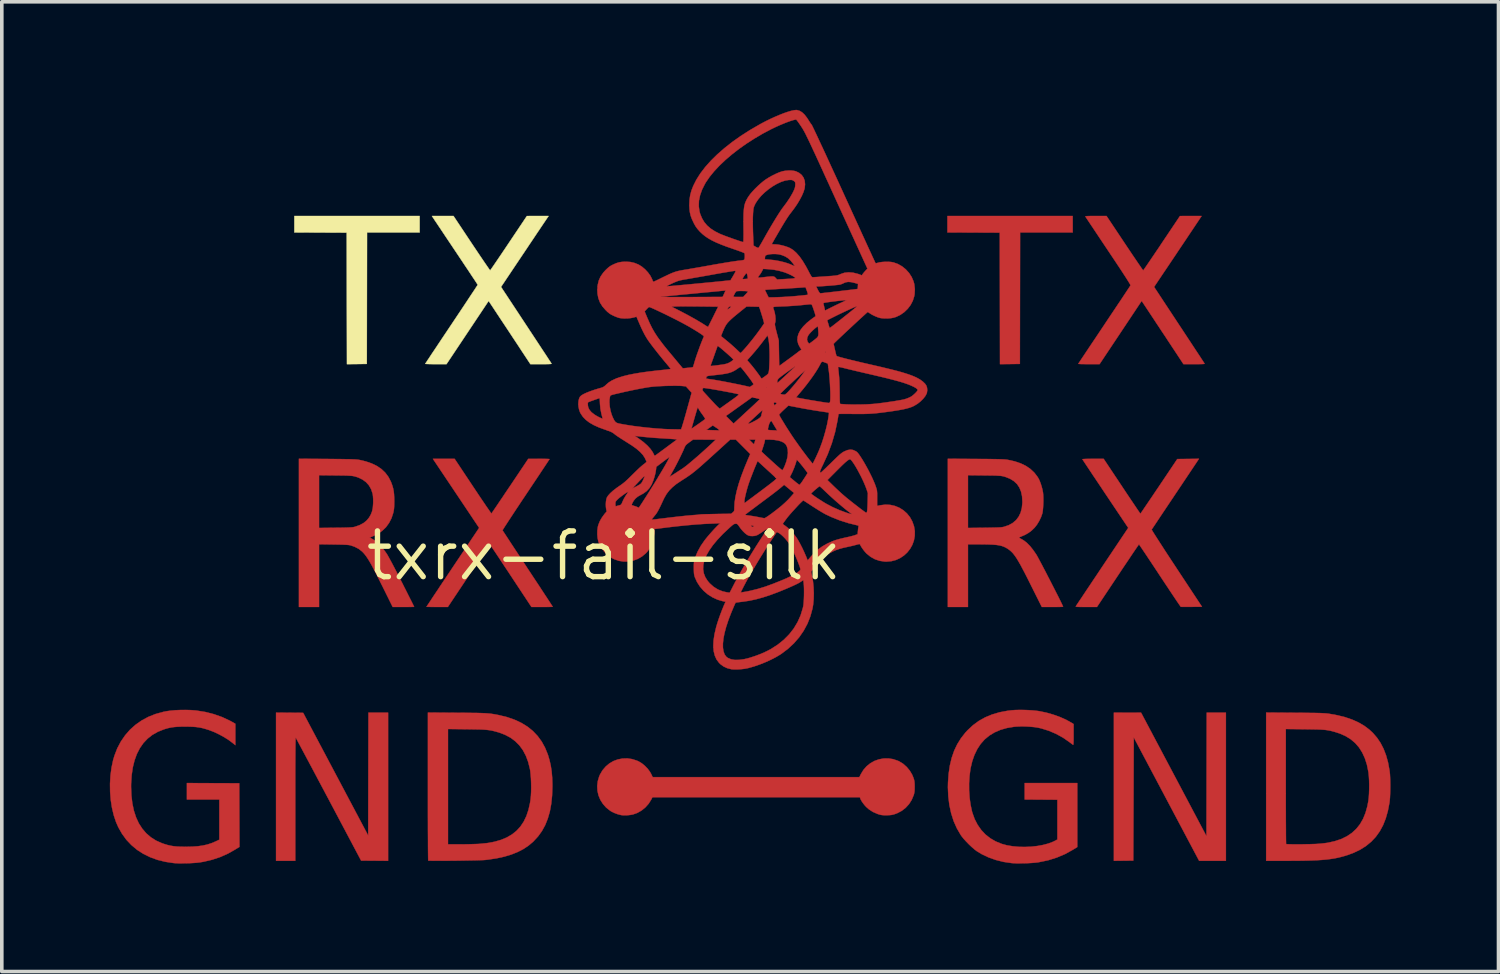
<source format=kicad_pcb>
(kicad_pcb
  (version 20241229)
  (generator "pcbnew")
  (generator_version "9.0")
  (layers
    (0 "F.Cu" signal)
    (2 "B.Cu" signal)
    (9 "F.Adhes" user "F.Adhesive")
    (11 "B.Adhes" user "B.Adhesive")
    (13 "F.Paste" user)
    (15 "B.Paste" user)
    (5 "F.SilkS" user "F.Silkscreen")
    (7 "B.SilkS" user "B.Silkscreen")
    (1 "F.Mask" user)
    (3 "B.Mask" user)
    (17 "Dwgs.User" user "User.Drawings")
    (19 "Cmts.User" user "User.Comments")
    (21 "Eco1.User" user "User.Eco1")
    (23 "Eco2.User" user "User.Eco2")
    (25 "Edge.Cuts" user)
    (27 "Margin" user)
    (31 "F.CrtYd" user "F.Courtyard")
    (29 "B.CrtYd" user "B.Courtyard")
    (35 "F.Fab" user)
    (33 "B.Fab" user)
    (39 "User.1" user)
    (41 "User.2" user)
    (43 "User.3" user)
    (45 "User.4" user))
  (footprint "txrx-fail-silk"
    (layer "F.Cu")
    (at 13.722 12.384)
    (property "Reference" "txrx-fail-silk" (at 0 0 0) (layer "F.SilkS") (effects (font (size 1.27 1.27) (thickness 0.15))))
    (attr through_hole)
    (fp_poly (pts (xy 13.018 -8.979) (xy 11.557 -8.979) (xy 11.551 -5.328) (xy 11.274 -5.324) (xy 10.998 -5.321) (xy 10.995 -7.147) (xy 10.992 -8.973) (xy 10.265 -8.976) (xy 9.538 -8.979) (xy 9.538 -9.436) (xy 13.018 -9.436) (xy 13.018 -8.979)) (stroke (width 0.01) (type solid)) (fill yes) (layer "F.Cu"))
    (fp_poly (pts (xy 17.272 8.471) (xy 16.901 8.471) (xy 16.529 8.471) (xy 14.713 5.044) (xy 14.707 6.754) (xy 14.7 8.465) (xy 14.43 8.468) (xy 14.161 8.471) (xy 14.161 4.356) (xy 14.916 4.357) (xy 16.732 7.786) (xy 16.735 6.071) (xy 16.739 4.356) (xy 17.272 4.356) (xy 17.272 8.471)) (stroke (width 0.01) (type solid)) (fill yes) (layer "F.Cu"))
    (fp_poly (pts (xy -8.729 4.359) (xy -8.353 4.362) (xy -7.45 6.066) (xy -6.547 7.77) (xy -6.544 6.063) (xy -6.54 4.356) (xy -5.994 4.356) (xy -5.994 8.471) (xy -6.369 8.468) (xy -6.744 8.465) (xy -7.646 6.763) (xy -7.749 6.569) (xy -7.849 6.381) (xy -7.945 6.201) (xy -8.036 6.029) (xy -8.122 5.867) (xy -8.203 5.716) (xy -8.277 5.577) (xy -8.344 5.451) (xy -8.403 5.341) (xy -8.454 5.246) (xy -8.495 5.168) (xy -8.527 5.109) (xy -8.549 5.069) (xy -8.56 5.05) (xy -8.561 5.049) (xy -8.562 5.06) (xy -8.564 5.095) (xy -8.565 5.155) (xy -8.567 5.238) (xy -8.568 5.344) (xy -8.569 5.472) (xy -8.57 5.621) (xy -8.571 5.791) (xy -8.572 5.982) (xy -8.572 6.192) (xy -8.572 6.421) (xy -8.572 6.668) (xy -8.572 6.754) (xy -8.572 8.471) (xy -9.106 8.471) (xy -9.106 4.356) (xy -8.729 4.359)) (stroke (width 0.01) (type solid)) (fill yes) (layer "F.Cu"))
    (fp_poly (pts (xy 0.783 5.647) (xy 0.917 5.69) (xy 0.965 5.712) (xy 1.052 5.764) (xy 1.137 5.834) (xy 1.215 5.915) (xy 1.278 6) (xy 1.309 6.055) (xy 1.353 6.147) (xy 4.223 6.147) (xy 7.094 6.147) (xy 7.133 6.067) (xy 7.205 5.948) (xy 7.294 5.846) (xy 7.397 5.763) (xy 7.512 5.698) (xy 7.635 5.654) (xy 7.764 5.63) (xy 7.897 5.628) (xy 8.03 5.648) (xy 8.162 5.693) (xy 8.2 5.71) (xy 8.309 5.777) (xy 8.408 5.865) (xy 8.493 5.968) (xy 8.56 6.081) (xy 8.569 6.102) (xy 8.595 6.167) (xy 8.613 6.222) (xy 8.623 6.276) (xy 8.628 6.339) (xy 8.629 6.413) (xy 8.628 6.489) (xy 8.624 6.548) (xy 8.615 6.598) (xy 8.602 6.648) (xy 8.601 6.648) (xy 8.547 6.778) (xy 8.472 6.896) (xy 8.379 6.998) (xy 8.27 7.083) (xy 8.146 7.148) (xy 8.085 7.171) (xy 8.03 7.188) (xy 7.98 7.198) (xy 7.926 7.203) (xy 7.858 7.205) (xy 7.842 7.205) (xy 7.775 7.205) (xy 7.724 7.201) (xy 7.68 7.194) (xy 7.634 7.181) (xy 7.594 7.168) (xy 7.467 7.112) (xy 7.356 7.04) (xy 7.284 6.976) (xy 7.243 6.932) (xy 7.202 6.88) (xy 7.164 6.826) (xy 7.135 6.777) (xy 7.118 6.739) (xy 7.117 6.735) (xy 7.109 6.706) (xy 1.347 6.706) (xy 1.316 6.766) (xy 1.242 6.885) (xy 1.15 6.988) (xy 1.043 7.075) (xy 0.924 7.142) (xy 0.808 7.183) (xy 0.741 7.196) (xy 0.662 7.205) (xy 0.58 7.208) (xy 0.507 7.205) (xy 0.474 7.2) (xy 0.386 7.178) (xy 0.294 7.144) (xy 0.209 7.103) (xy 0.174 7.081) (xy 0.063 6.994) (xy -0.028 6.891) (xy -0.1 6.778) (xy -0.151 6.655) (xy -0.18 6.526) (xy -0.187 6.393) (xy -0.171 6.259) (xy -0.132 6.127) (xy -0.11 6.077) (xy -0.039 5.956) (xy 0.049 5.853) (xy 0.151 5.767) (xy 0.264 5.701) (xy 0.386 5.656) (xy 0.516 5.631) (xy 0.649 5.627) (xy 0.783 5.647)) (stroke (width 0.01) (type solid)) (fill yes) (layer "F.Cu"))
    (fp_poly (pts (xy -11.468 4.286) (xy -11.339 4.296) (xy -11.321 4.298) (xy -11.072 4.338) (xy -10.832 4.399) (xy -10.603 4.48) (xy -10.389 4.58) (xy -10.328 4.613) (xy -10.236 4.665) (xy -10.236 5.26) (xy -10.297 5.21) (xy -10.41 5.124) (xy -10.54 5.041) (xy -10.681 4.963) (xy -10.824 4.895) (xy -10.961 4.842) (xy -10.966 4.84) (xy -11.067 4.809) (xy -11.157 4.784) (xy -11.243 4.767) (xy -11.332 4.755) (xy -11.431 4.748) (xy -11.544 4.745) (xy -11.62 4.744) (xy -11.743 4.745) (xy -11.845 4.749) (xy -11.933 4.756) (xy -12.013 4.767) (xy -12.09 4.783) (xy -12.17 4.805) (xy -12.224 4.822) (xy -12.39 4.888) (xy -12.539 4.973) (xy -12.672 5.077) (xy -12.789 5.2) (xy -12.888 5.342) (xy -12.971 5.503) (xy -13.036 5.682) (xy -13.085 5.88) (xy -13.116 6.096) (xy -13.131 6.33) (xy -13.132 6.413) (xy -13.123 6.654) (xy -13.097 6.875) (xy -13.054 7.079) (xy -12.994 7.264) (xy -12.917 7.431) (xy -12.822 7.578) (xy -12.711 7.708) (xy -12.583 7.818) (xy -12.438 7.91) (xy -12.276 7.982) (xy -12.209 8.005) (xy -12.119 8.032) (xy -12.034 8.052) (xy -11.948 8.066) (xy -11.855 8.075) (xy -11.749 8.08) (xy -11.625 8.082) (xy -11.608 8.082) (xy -11.433 8.078) (xy -11.279 8.067) (xy -11.14 8.047) (xy -11.014 8.019) (xy -10.894 7.98) (xy -10.778 7.931) (xy -10.775 7.929) (xy -10.681 7.885) (xy -10.681 6.769) (xy -11.582 6.769) (xy -11.582 6.312) (xy -10.855 6.315) (xy -10.128 6.318) (xy -10.122 8.084) (xy -10.227 8.149) (xy -10.438 8.269) (xy -10.655 8.366) (xy -10.881 8.441) (xy -11.118 8.497) (xy -11.227 8.515) (xy -11.302 8.524) (xy -11.396 8.531) (xy -11.5 8.537) (xy -11.61 8.54) (xy -11.718 8.541) (xy -11.818 8.541) (xy -11.903 8.537) (xy -11.944 8.534) (xy -12.179 8.499) (xy -12.399 8.445) (xy -12.604 8.37) (xy -12.793 8.277) (xy -12.967 8.165) (xy -13.123 8.034) (xy -13.263 7.886) (xy -13.384 7.719) (xy -13.488 7.536) (xy -13.549 7.397) (xy -13.613 7.206) (xy -13.662 7) (xy -13.696 6.782) (xy -13.714 6.557) (xy -13.717 6.33) (xy -13.704 6.104) (xy -13.675 5.885) (xy -13.631 5.677) (xy -13.594 5.552) (xy -13.515 5.347) (xy -13.415 5.158) (xy -13.297 4.986) (xy -13.161 4.83) (xy -13.008 4.693) (xy -12.838 4.574) (xy -12.652 4.474) (xy -12.452 4.394) (xy -12.237 4.335) (xy -12.147 4.317) (xy -12.031 4.301) (xy -11.898 4.289) (xy -11.754 4.283) (xy -11.609 4.282) (xy -11.468 4.286)) (stroke (width 0.01) (type solid)) (fill yes) (layer "F.Cu"))
    (fp_poly (pts (xy 11.662 4.282) (xy 11.791 4.287) (xy 11.916 4.295) (xy 12.028 4.307) (xy 12.097 4.317) (xy 12.292 4.358) (xy 12.483 4.413) (xy 12.666 4.479) (xy 12.835 4.554) (xy 12.984 4.637) (xy 12.991 4.641) (xy 13.043 4.674) (xy 13.043 4.967) (xy 13.043 5.063) (xy 13.042 5.137) (xy 13.04 5.19) (xy 13.037 5.225) (xy 13.034 5.244) (xy 13.029 5.25) (xy 13.027 5.25) (xy 13.01 5.238) (xy 12.979 5.214) (xy 12.94 5.185) (xy 12.935 5.181) (xy 12.753 5.054) (xy 12.557 4.946) (xy 12.353 4.859) (xy 12.144 4.794) (xy 12.056 4.774) (xy 11.953 4.758) (xy 11.834 4.747) (xy 11.707 4.74) (xy 11.581 4.739) (xy 11.463 4.743) (xy 11.392 4.749) (xy 11.194 4.782) (xy 11.014 4.833) (xy 10.851 4.903) (xy 10.705 4.991) (xy 10.576 5.097) (xy 10.563 5.11) (xy 10.458 5.23) (xy 10.366 5.371) (xy 10.289 5.53) (xy 10.228 5.704) (xy 10.183 5.893) (xy 10.178 5.918) (xy 10.153 6.112) (xy 10.14 6.315) (xy 10.141 6.521) (xy 10.155 6.725) (xy 10.182 6.919) (xy 10.221 7.099) (xy 10.231 7.134) (xy 10.294 7.311) (xy 10.377 7.472) (xy 10.477 7.615) (xy 10.594 7.74) (xy 10.729 7.846) (xy 10.879 7.933) (xy 11.045 8.001) (xy 11.188 8.04) (xy 11.349 8.067) (xy 11.518 8.083) (xy 11.691 8.086) (xy 11.864 8.079) (xy 12.033 8.06) (xy 12.193 8.031) (xy 12.34 7.992) (xy 12.47 7.943) (xy 12.537 7.91) (xy 12.592 7.88) (xy 12.592 6.775) (xy 12.138 6.772) (xy 11.684 6.769) (xy 11.684 6.312) (xy 13.145 6.312) (xy 13.145 8.088) (xy 13.027 8.161) (xy 12.809 8.282) (xy 12.578 8.38) (xy 12.336 8.456) (xy 12.081 8.509) (xy 12.037 8.516) (xy 11.963 8.524) (xy 11.87 8.531) (xy 11.766 8.537) (xy 11.657 8.54) (xy 11.55 8.541) (xy 11.45 8.541) (xy 11.365 8.537) (xy 11.322 8.534) (xy 11.097 8.501) (xy 10.881 8.447) (xy 10.678 8.375) (xy 10.489 8.285) (xy 10.351 8.201) (xy 10.287 8.152) (xy 10.213 8.088) (xy 10.136 8.015) (xy 10.06 7.937) (xy 9.99 7.86) (xy 9.933 7.789) (xy 9.908 7.753) (xy 9.801 7.569) (xy 9.712 7.369) (xy 9.643 7.153) (xy 9.593 6.924) (xy 9.563 6.683) (xy 9.552 6.431) (xy 9.555 6.297) (xy 9.573 6.05) (xy 9.607 5.821) (xy 9.658 5.61) (xy 9.726 5.414) (xy 9.812 5.233) (xy 9.917 5.065) (xy 10.04 4.908) (xy 10.099 4.845) (xy 10.249 4.705) (xy 10.411 4.586) (xy 10.588 4.487) (xy 10.778 4.408) (xy 10.985 4.347) (xy 11.208 4.305) (xy 11.314 4.292) (xy 11.416 4.284) (xy 11.534 4.281) (xy 11.662 4.282)) (stroke (width 0.01) (type solid)) (fill yes) (layer "F.Cu"))
    (fp_poly (pts (xy 15.872 -1.718) (xy 15.777 -1.576) (xy 15.686 -1.44) (xy 15.6 -1.312) (xy 15.52 -1.192) (xy 15.447 -1.083) (xy 15.382 -0.985) (xy 15.326 -0.901) (xy 15.28 -0.832) (xy 15.245 -0.779) (xy 15.221 -0.744) (xy 15.211 -0.729) (xy 15.211 -0.728) (xy 15.216 -0.716) (xy 15.235 -0.684) (xy 15.266 -0.633) (xy 15.309 -0.565) (xy 15.362 -0.482) (xy 15.425 -0.384) (xy 15.497 -0.273) (xy 15.576 -0.15) (xy 15.663 -0.017) (xy 15.756 0.125) (xy 15.855 0.275) (xy 15.905 0.351) (xy 16.608 1.416) (xy 16.321 1.419) (xy 16.238 1.42) (xy 16.163 1.42) (xy 16.1 1.42) (xy 16.053 1.419) (xy 16.025 1.418) (xy 16.02 1.418) (xy 16.011 1.406) (xy 15.99 1.376) (xy 15.956 1.327) (xy 15.911 1.261) (xy 15.857 1.181) (xy 15.795 1.088) (xy 15.724 0.982) (xy 15.648 0.867) (xy 15.565 0.743) (xy 15.479 0.612) (xy 15.436 0.548) (xy 15.348 0.414) (xy 15.264 0.287) (xy 15.185 0.168) (xy 15.112 0.058) (xy 15.046 -0.041) (xy 14.988 -0.127) (xy 14.94 -0.199) (xy 14.901 -0.255) (xy 14.875 -0.294) (xy 14.86 -0.315) (xy 14.858 -0.317) (xy 14.85 -0.307) (xy 14.829 -0.277) (xy 14.796 -0.229) (xy 14.752 -0.165) (xy 14.698 -0.086) (xy 14.636 0.007) (xy 14.566 0.112) (xy 14.489 0.226) (xy 14.406 0.349) (xy 14.319 0.48) (xy 14.271 0.552) (xy 13.691 1.422) (xy 13.392 1.422) (xy 13.295 1.422) (xy 13.222 1.421) (xy 13.169 1.42) (xy 13.133 1.418) (xy 13.112 1.415) (xy 13.103 1.41) (xy 13.103 1.405) (xy 13.111 1.392) (xy 13.132 1.36) (xy 13.166 1.309) (xy 13.211 1.241) (xy 13.267 1.159) (xy 13.331 1.062) (xy 13.404 0.952) (xy 13.485 0.832) (xy 13.572 0.701) (xy 13.665 0.563) (xy 13.762 0.417) (xy 13.836 0.306) (xy 14.56 -0.775) (xy 13.925 -1.722) (xy 13.832 -1.862) (xy 13.742 -1.996) (xy 13.658 -2.122) (xy 13.579 -2.239) (xy 13.508 -2.346) (xy 13.445 -2.441) (xy 13.391 -2.522) (xy 13.347 -2.588) (xy 13.314 -2.638) (xy 13.294 -2.669) (xy 13.286 -2.681) (xy 13.297 -2.684) (xy 13.33 -2.687) (xy 13.382 -2.69) (xy 13.45 -2.691) (xy 13.53 -2.692) (xy 13.58 -2.692) (xy 13.877 -2.692) (xy 14.384 -1.931) (xy 14.467 -1.806) (xy 14.546 -1.687) (xy 14.62 -1.577) (xy 14.688 -1.476) (xy 14.748 -1.387) (xy 14.799 -1.311) (xy 14.841 -1.249) (xy 14.872 -1.204) (xy 14.891 -1.177) (xy 14.897 -1.169) (xy 14.905 -1.179) (xy 14.926 -1.209) (xy 14.959 -1.256) (xy 15.002 -1.32) (xy 15.055 -1.398) (xy 15.117 -1.489) (xy 15.186 -1.591) (xy 15.261 -1.702) (xy 15.341 -1.821) (xy 15.413 -1.927) (xy 15.922 -2.686) (xy 16.524 -2.693) (xy 15.872 -1.718)) (stroke (width 0.01) (type solid)) (fill yes) (layer "F.Cu"))
    (fp_poly (pts (xy 14.461 -8.68) (xy 14.544 -8.556) (xy 14.623 -8.438) (xy 14.697 -8.328) (xy 14.765 -8.228) (xy 14.825 -8.139) (xy 14.877 -8.064) (xy 14.918 -8.003) (xy 14.95 -7.958) (xy 14.969 -7.932) (xy 14.975 -7.925) (xy 14.983 -7.935) (xy 15.005 -7.965) (xy 15.038 -8.012) (xy 15.082 -8.076) (xy 15.135 -8.154) (xy 15.197 -8.245) (xy 15.266 -8.347) (xy 15.341 -8.458) (xy 15.422 -8.577) (xy 15.49 -8.68) (xy 15.996 -9.435) (xy 16.297 -9.436) (xy 16.598 -9.436) (xy 16.184 -8.817) (xy 16.099 -8.69) (xy 16.01 -8.558) (xy 15.92 -8.423) (xy 15.832 -8.291) (xy 15.747 -8.165) (xy 15.668 -8.047) (xy 15.598 -7.943) (xy 15.538 -7.854) (xy 15.523 -7.832) (xy 15.278 -7.466) (xy 15.974 -6.41) (xy 16.072 -6.262) (xy 16.166 -6.119) (xy 16.255 -5.984) (xy 16.338 -5.858) (xy 16.414 -5.742) (xy 16.483 -5.638) (xy 16.543 -5.547) (xy 16.593 -5.47) (xy 16.633 -5.409) (xy 16.661 -5.366) (xy 16.677 -5.342) (xy 16.68 -5.337) (xy 16.678 -5.332) (xy 16.664 -5.328) (xy 16.634 -5.325) (xy 16.588 -5.323) (xy 16.522 -5.322) (xy 16.434 -5.321) (xy 16.392 -5.321) (xy 16.094 -5.321) (xy 15.899 -5.617) (xy 15.853 -5.687) (xy 15.795 -5.774) (xy 15.728 -5.876) (xy 15.653 -5.989) (xy 15.574 -6.11) (xy 15.491 -6.234) (xy 15.409 -6.359) (xy 15.328 -6.48) (xy 15.319 -6.495) (xy 14.933 -7.078) (xy 14.348 -6.199) (xy 13.763 -5.321) (xy 13.465 -5.321) (xy 13.382 -5.322) (xy 13.308 -5.323) (xy 13.246 -5.324) (xy 13.201 -5.327) (xy 13.176 -5.329) (xy 13.172 -5.331) (xy 13.18 -5.342) (xy 13.2 -5.374) (xy 13.233 -5.423) (xy 13.277 -5.49) (xy 13.332 -5.572) (xy 13.396 -5.668) (xy 13.468 -5.776) (xy 13.548 -5.896) (xy 13.635 -6.025) (xy 13.727 -6.163) (xy 13.824 -6.308) (xy 13.894 -6.413) (xy 13.993 -6.562) (xy 14.089 -6.705) (xy 14.18 -6.841) (xy 14.265 -6.969) (xy 14.344 -7.086) (xy 14.414 -7.192) (xy 14.476 -7.285) (xy 14.528 -7.364) (xy 14.57 -7.427) (xy 14.6 -7.473) (xy 14.618 -7.5) (xy 14.622 -7.507) (xy 14.621 -7.516) (xy 14.612 -7.535) (xy 14.595 -7.566) (xy 14.569 -7.609) (xy 14.534 -7.665) (xy 14.489 -7.736) (xy 14.433 -7.822) (xy 14.366 -7.925) (xy 14.287 -8.044) (xy 14.195 -8.183) (xy 14.09 -8.34) (xy 14.006 -8.466) (xy 13.913 -8.605) (xy 13.824 -8.738) (xy 13.74 -8.864) (xy 13.662 -8.981) (xy 13.591 -9.088) (xy 13.528 -9.182) (xy 13.474 -9.263) (xy 13.43 -9.329) (xy 13.397 -9.378) (xy 13.377 -9.409) (xy 13.369 -9.42) (xy 13.371 -9.425) (xy 13.384 -9.429) (xy 13.412 -9.432) (xy 13.457 -9.434) (xy 13.522 -9.436) (xy 13.608 -9.436) (xy 13.658 -9.436) (xy 13.957 -9.436) (xy 14.461 -8.68)) (stroke (width 0.01) (type solid)) (fill yes) (layer "F.Cu"))
    (fp_poly (pts (xy -4.448 -2.692) (xy -4.147 -2.692) (xy -3.64 -1.93) (xy -3.557 -1.806) (xy -3.478 -1.687) (xy -3.404 -1.577) (xy -3.336 -1.477) (xy -3.276 -1.388) (xy -3.224 -1.313) (xy -3.182 -1.252) (xy -3.151 -1.208) (xy -3.131 -1.181) (xy -3.125 -1.174) (xy -3.117 -1.185) (xy -3.095 -1.216) (xy -3.062 -1.264) (xy -3.018 -1.329) (xy -2.965 -1.407) (xy -2.903 -1.499) (xy -2.834 -1.601) (xy -2.759 -1.713) (xy -2.679 -1.832) (xy -2.609 -1.935) (xy -2.102 -2.691) (xy -1.807 -2.692) (xy -1.723 -2.692) (xy -1.649 -2.691) (xy -1.587 -2.69) (xy -1.541 -2.688) (xy -1.516 -2.686) (xy -1.511 -2.685) (xy -1.518 -2.674) (xy -1.538 -2.643) (xy -1.571 -2.593) (xy -1.614 -2.528) (xy -1.668 -2.447) (xy -1.731 -2.352) (xy -1.802 -2.245) (xy -1.88 -2.128) (xy -1.965 -2.001) (xy -2.055 -1.866) (xy -2.149 -1.725) (xy -2.166 -1.699) (xy -2.261 -1.558) (xy -2.352 -1.421) (xy -2.437 -1.293) (xy -2.516 -1.173) (xy -2.588 -1.063) (xy -2.652 -0.966) (xy -2.707 -0.881) (xy -2.752 -0.812) (xy -2.785 -0.759) (xy -2.807 -0.724) (xy -2.815 -0.708) (xy -2.815 -0.707) (xy -2.808 -0.694) (xy -2.787 -0.662) (xy -2.754 -0.612) (xy -2.71 -0.544) (xy -2.656 -0.462) (xy -2.593 -0.365) (xy -2.521 -0.256) (xy -2.442 -0.136) (xy -2.356 -0.006) (xy -2.266 0.132) (xy -2.17 0.276) (xy -2.116 0.359) (xy -2.019 0.506) (xy -1.926 0.647) (xy -1.837 0.781) (xy -1.755 0.906) (xy -1.68 1.021) (xy -1.612 1.124) (xy -1.553 1.214) (xy -1.504 1.289) (xy -1.466 1.348) (xy -1.439 1.389) (xy -1.425 1.412) (xy -1.422 1.416) (xy -1.435 1.418) (xy -1.468 1.419) (xy -1.521 1.421) (xy -1.588 1.422) (xy -1.666 1.422) (xy -1.718 1.422) (xy -2.013 1.422) (xy -2.584 0.558) (xy -2.672 0.424) (xy -2.757 0.297) (xy -2.836 0.177) (xy -2.909 0.067) (xy -2.975 -0.032) (xy -3.033 -0.119) (xy -3.082 -0.192) (xy -3.121 -0.249) (xy -3.148 -0.289) (xy -3.162 -0.31) (xy -3.165 -0.313) (xy -3.173 -0.303) (xy -3.194 -0.274) (xy -3.228 -0.227) (xy -3.272 -0.164) (xy -3.326 -0.085) (xy -3.388 0.007) (xy -3.459 0.111) (xy -3.536 0.225) (xy -3.618 0.348) (xy -3.706 0.478) (xy -3.755 0.552) (xy -4.335 1.422) (xy -4.631 1.422) (xy -4.715 1.422) (xy -4.79 1.421) (xy -4.851 1.42) (xy -4.897 1.419) (xy -4.923 1.417) (xy -4.928 1.416) (xy -4.921 1.405) (xy -4.901 1.374) (xy -4.868 1.325) (xy -4.824 1.259) (xy -4.77 1.177) (xy -4.707 1.081) (xy -4.634 0.973) (xy -4.555 0.853) (xy -4.468 0.723) (xy -4.376 0.585) (xy -4.279 0.44) (xy -4.197 0.317) (xy -3.466 -0.775) (xy -4.108 -1.734) (xy -4.75 -2.692) (xy -4.448 -2.692)) (stroke (width 0.01) (type solid)) (fill yes) (layer "F.Cu"))
    (fp_poly (pts (xy -4.086 4.36) (xy -3.914 4.361) (xy -3.765 4.362) (xy -3.637 4.364) (xy -3.526 4.365) (xy -3.432 4.368) (xy -3.35 4.371) (xy -3.28 4.374) (xy -3.218 4.379) (xy -3.162 4.384) (xy -3.109 4.391) (xy -3.058 4.399) (xy -3.005 4.408) (xy -2.949 4.419) (xy -2.914 4.426) (xy -2.687 4.482) (xy -2.48 4.554) (xy -2.292 4.642) (xy -2.123 4.746) (xy -1.974 4.866) (xy -1.843 5.004) (xy -1.73 5.158) (xy -1.636 5.329) (xy -1.559 5.518) (xy -1.555 5.53) (xy -1.511 5.678) (xy -1.477 5.828) (xy -1.453 5.985) (xy -1.438 6.154) (xy -1.432 6.34) (xy -1.432 6.407) (xy -1.44 6.658) (xy -1.464 6.89) (xy -1.503 7.104) (xy -1.56 7.3) (xy -1.632 7.48) (xy -1.722 7.644) (xy -1.83 7.794) (xy -1.955 7.929) (xy -1.963 7.938) (xy -2.092 8.047) (xy -2.235 8.143) (xy -2.393 8.225) (xy -2.568 8.295) (xy -2.761 8.354) (xy -2.974 8.401) (xy -3.209 8.437) (xy -3.283 8.446) (xy -3.318 8.449) (xy -3.374 8.452) (xy -3.447 8.454) (xy -3.535 8.457) (xy -3.636 8.459) (xy -3.747 8.461) (xy -3.864 8.463) (xy -3.987 8.465) (xy -4.111 8.467) (xy -4.234 8.468) (xy -4.355 8.469) (xy -4.469 8.469) (xy -4.574 8.47) (xy -4.668 8.47) (xy -4.748 8.469) (xy -4.811 8.468) (xy -4.856 8.467) (xy -4.878 8.465) (xy -4.88 8.464) (xy -4.881 8.45) (xy -4.882 8.413) (xy -4.883 8.352) (xy -4.884 8.271) (xy -4.885 8.169) (xy -4.886 8.048) (xy -4.886 8.014) (xy -4.331 8.014) (xy -3.997 8.014) (xy -3.894 8.013) (xy -3.785 8.012) (xy -3.679 8.009) (xy -3.582 8.006) (xy -3.5 8.003) (xy -3.464 8.001) (xy -3.242 7.979) (xy -3.04 7.942) (xy -2.859 7.89) (xy -2.696 7.822) (xy -2.553 7.738) (xy -2.427 7.637) (xy -2.319 7.519) (xy -2.228 7.383) (xy -2.154 7.229) (xy -2.096 7.056) (xy -2.053 6.864) (xy -2.037 6.763) (xy -2.028 6.667) (xy -2.022 6.556) (xy -2.02 6.434) (xy -2.022 6.308) (xy -2.027 6.184) (xy -2.036 6.069) (xy -2.047 5.969) (xy -2.057 5.914) (xy -2.105 5.723) (xy -2.169 5.552) (xy -2.25 5.399) (xy -2.348 5.265) (xy -2.464 5.149) (xy -2.596 5.051) (xy -2.747 4.971) (xy -2.916 4.907) (xy -2.953 4.897) (xy -3.015 4.879) (xy -3.071 4.865) (xy -3.124 4.853) (xy -3.177 4.844) (xy -3.233 4.837) (xy -3.295 4.831) (xy -3.368 4.826) (xy -3.453 4.823) (xy -3.555 4.821) (xy -3.676 4.819) (xy -3.807 4.817) (xy -4.331 4.811) (xy -4.331 8.014) (xy -4.886 8.014) (xy -4.886 7.911) (xy -4.887 7.757) (xy -4.888 7.589) (xy -4.888 7.407) (xy -4.889 7.214) (xy -4.889 7.01) (xy -4.889 6.796) (xy -4.889 6.575) (xy -4.889 6.404) (xy -4.889 4.354) (xy -4.086 4.36)) (stroke (width 0.01) (type solid)) (fill yes) (layer "F.Cu"))
    (fp_poly (pts (xy 19.187 4.36) (xy 19.356 4.361) (xy 19.503 4.362) (xy 19.628 4.364) (xy 19.735 4.365) (xy 19.825 4.367) (xy 19.9 4.369) (xy 19.963 4.372) (xy 20.015 4.375) (xy 20.059 4.378) (xy 20.097 4.382) (xy 20.129 4.386) (xy 20.367 4.429) (xy 20.583 4.483) (xy 20.779 4.55) (xy 20.955 4.629) (xy 21.114 4.722) (xy 21.256 4.829) (xy 21.352 4.918) (xy 21.468 5.052) (xy 21.567 5.199) (xy 21.651 5.362) (xy 21.72 5.542) (xy 21.775 5.74) (xy 21.815 5.959) (xy 21.82 5.994) (xy 21.828 6.069) (xy 21.833 6.163) (xy 21.836 6.271) (xy 21.837 6.387) (xy 21.836 6.505) (xy 21.833 6.618) (xy 21.828 6.722) (xy 21.82 6.81) (xy 21.814 6.858) (xy 21.77 7.086) (xy 21.711 7.294) (xy 21.636 7.483) (xy 21.544 7.653) (xy 21.435 7.805) (xy 21.308 7.94) (xy 21.163 8.059) (xy 21 8.162) (xy 20.818 8.249) (xy 20.666 8.306) (xy 20.571 8.336) (xy 20.477 8.362) (xy 20.382 8.385) (xy 20.283 8.405) (xy 20.179 8.421) (xy 20.066 8.435) (xy 19.943 8.446) (xy 19.808 8.455) (xy 19.657 8.461) (xy 19.489 8.466) (xy 19.301 8.469) (xy 19.092 8.47) (xy 18.971 8.471) (xy 18.39 8.471) (xy 18.39 6.404) (xy 18.936 6.404) (xy 18.936 6.603) (xy 18.936 6.795) (xy 18.936 6.979) (xy 18.937 7.152) (xy 18.937 7.314) (xy 18.938 7.462) (xy 18.939 7.596) (xy 18.939 7.714) (xy 18.94 7.814) (xy 18.941 7.894) (xy 18.942 7.954) (xy 18.943 7.992) (xy 18.944 8.005) (xy 18.944 8.005) (xy 18.959 8.008) (xy 18.997 8.01) (xy 19.052 8.012) (xy 19.123 8.013) (xy 19.204 8.013) (xy 19.294 8.013) (xy 19.388 8.013) (xy 19.482 8.011) (xy 19.574 8.01) (xy 19.66 8.007) (xy 19.736 8.005) (xy 19.798 8.002) (xy 19.811 8.001) (xy 19.889 7.995) (xy 19.969 7.987) (xy 20.043 7.978) (xy 20.101 7.97) (xy 20.106 7.969) (xy 20.301 7.925) (xy 20.477 7.866) (xy 20.634 7.789) (xy 20.772 7.696) (xy 20.892 7.585) (xy 20.995 7.456) (xy 21.08 7.309) (xy 21.148 7.143) (xy 21.2 6.958) (xy 21.229 6.806) (xy 21.24 6.714) (xy 21.247 6.604) (xy 21.251 6.483) (xy 21.252 6.358) (xy 21.249 6.236) (xy 21.242 6.123) (xy 21.233 6.027) (xy 21.229 6.003) (xy 21.189 5.804) (xy 21.132 5.625) (xy 21.059 5.466) (xy 20.97 5.324) (xy 20.863 5.201) (xy 20.739 5.096) (xy 20.597 5.008) (xy 20.437 4.937) (xy 20.314 4.897) (xy 20.251 4.879) (xy 20.196 4.865) (xy 20.143 4.853) (xy 20.09 4.844) (xy 20.034 4.836) (xy 19.972 4.831) (xy 19.9 4.826) (xy 19.815 4.823) (xy 19.714 4.821) (xy 19.595 4.819) (xy 19.46 4.817) (xy 18.936 4.811) (xy 18.936 6.404) (xy 18.39 6.404) (xy 18.39 4.354) (xy 19.187 4.36)) (stroke (width 0.01) (type solid)) (fill yes) (layer "F.Cu"))
    (fp_poly (pts (xy 10.328 -2.689) (xy 10.494 -2.688) (xy 10.636 -2.687) (xy 10.757 -2.685) (xy 10.859 -2.684) (xy 10.944 -2.682) (xy 11.015 -2.68) (xy 11.073 -2.678) (xy 11.12 -2.675) (xy 11.16 -2.672) (xy 11.193 -2.668) (xy 11.222 -2.663) (xy 11.227 -2.662) (xy 11.411 -2.621) (xy 11.575 -2.565) (xy 11.719 -2.495) (xy 11.843 -2.41) (xy 11.95 -2.31) (xy 12.04 -2.193) (xy 12.069 -2.146) (xy 12.098 -2.086) (xy 12.128 -2.008) (xy 12.155 -1.922) (xy 12.178 -1.835) (xy 12.193 -1.755) (xy 12.199 -1.69) (xy 12.202 -1.609) (xy 12.203 -1.519) (xy 12.2 -1.427) (xy 12.195 -1.338) (xy 12.188 -1.26) (xy 12.179 -1.197) (xy 12.174 -1.175) (xy 12.137 -1.07) (xy 12.086 -0.964) (xy 12.025 -0.864) (xy 11.959 -0.78) (xy 11.955 -0.776) (xy 11.873 -0.697) (xy 11.781 -0.63) (xy 11.675 -0.572) (xy 11.55 -0.52) (xy 11.538 -0.516) (xy 11.527 -0.509) (xy 11.532 -0.5) (xy 11.555 -0.485) (xy 11.576 -0.474) (xy 11.664 -0.422) (xy 11.748 -0.355) (xy 11.832 -0.27) (xy 11.916 -0.165) (xy 12.004 -0.038) (xy 12.021 -0.011) (xy 12.046 0.035) (xy 12.08 0.098) (xy 12.121 0.175) (xy 12.168 0.263) (xy 12.219 0.361) (xy 12.274 0.465) (xy 12.33 0.575) (xy 12.388 0.687) (xy 12.445 0.799) (xy 12.501 0.908) (xy 12.554 1.013) (xy 12.604 1.11) (xy 12.648 1.198) (xy 12.686 1.275) (xy 12.716 1.337) (xy 12.737 1.383) (xy 12.749 1.409) (xy 12.751 1.415) (xy 12.739 1.417) (xy 12.705 1.419) (xy 12.652 1.421) (xy 12.585 1.422) (xy 12.507 1.422) (xy 12.455 1.422) (xy 12.16 1.422) (xy 11.857 0.816) (xy 11.773 0.648) (xy 11.699 0.502) (xy 11.632 0.375) (xy 11.574 0.265) (xy 11.521 0.172) (xy 11.474 0.093) (xy 11.431 0.027) (xy 11.39 -0.029) (xy 11.352 -0.076) (xy 11.314 -0.115) (xy 11.275 -0.149) (xy 11.235 -0.179) (xy 11.212 -0.195) (xy 11.16 -0.226) (xy 11.106 -0.252) (xy 11.046 -0.273) (xy 10.979 -0.289) (xy 10.9 -0.301) (xy 10.807 -0.309) (xy 10.697 -0.314) (xy 10.566 -0.317) (xy 10.451 -0.318) (xy 10.109 -0.318) (xy 10.109 1.422) (xy 9.55 1.422) (xy 9.55 -0.773) (xy 10.109 -0.773) (xy 10.57 -0.778) (xy 10.696 -0.78) (xy 10.801 -0.782) (xy 10.885 -0.784) (xy 10.953 -0.786) (xy 11.006 -0.789) (xy 11.047 -0.793) (xy 11.08 -0.798) (xy 11.108 -0.804) (xy 11.111 -0.805) (xy 11.242 -0.85) (xy 11.353 -0.912) (xy 11.445 -0.99) (xy 11.517 -1.085) (xy 11.571 -1.196) (xy 11.605 -1.324) (xy 11.62 -1.468) (xy 11.62 -1.507) (xy 11.611 -1.654) (xy 11.583 -1.783) (xy 11.536 -1.896) (xy 11.47 -1.993) (xy 11.383 -2.074) (xy 11.277 -2.139) (xy 11.151 -2.189) (xy 11.115 -2.2) (xy 11.087 -2.207) (xy 11.059 -2.213) (xy 11.027 -2.218) (xy 10.99 -2.221) (xy 10.942 -2.224) (xy 10.883 -2.227) (xy 10.808 -2.229) (xy 10.714 -2.23) (xy 10.599 -2.232) (xy 10.563 -2.232) (xy 10.109 -2.237) (xy 10.109 -0.773) (xy 9.55 -0.773) (xy 9.55 -2.694) (xy 10.328 -2.689)) (stroke (width 0.01) (type solid)) (fill yes) (layer "F.Cu"))
    (fp_poly (pts (xy -7.687 -2.689) (xy -7.517 -2.687) (xy -7.37 -2.686) (xy -7.245 -2.684) (xy -7.14 -2.682) (xy -7.052 -2.681) (xy -6.979 -2.678) (xy -6.921 -2.676) (xy -6.874 -2.673) (xy -6.837 -2.669) (xy -6.808 -2.665) (xy -6.8 -2.664) (xy -6.613 -2.62) (xy -6.448 -2.563) (xy -6.303 -2.492) (xy -6.178 -2.407) (xy -6.073 -2.307) (xy -5.986 -2.191) (xy -5.918 -2.061) (xy -5.905 -2.028) (xy -5.875 -1.945) (xy -5.853 -1.867) (xy -5.838 -1.789) (xy -5.829 -1.704) (xy -5.824 -1.605) (xy -5.823 -1.518) (xy -5.824 -1.43) (xy -5.826 -1.363) (xy -5.83 -1.308) (xy -5.837 -1.26) (xy -5.846 -1.214) (xy -5.852 -1.189) (xy -5.9 -1.043) (xy -5.968 -0.911) (xy -6.054 -0.793) (xy -6.157 -0.694) (xy -6.274 -0.613) (xy -6.306 -0.596) (xy -6.36 -0.569) (xy -6.41 -0.545) (xy -6.45 -0.528) (xy -6.464 -0.522) (xy -6.509 -0.507) (xy -6.433 -0.467) (xy -6.372 -0.427) (xy -6.302 -0.37) (xy -6.229 -0.299) (xy -6.156 -0.219) (xy -6.088 -0.135) (xy -6.038 -0.064) (xy -6.013 -0.024) (xy -5.979 0.036) (xy -5.936 0.115) (xy -5.884 0.211) (xy -5.826 0.321) (xy -5.763 0.443) (xy -5.694 0.576) (xy -5.623 0.717) (xy -5.61 0.741) (xy -5.549 0.863) (xy -5.491 0.977) (xy -5.438 1.083) (xy -5.391 1.177) (xy -5.349 1.259) (xy -5.316 1.326) (xy -5.291 1.376) (xy -5.275 1.408) (xy -5.271 1.418) (xy -5.283 1.419) (xy -5.317 1.42) (xy -5.369 1.421) (xy -5.436 1.422) (xy -5.515 1.422) (xy -5.569 1.422) (xy -5.867 1.422) (xy -6.164 0.822) (xy -6.246 0.659) (xy -6.317 0.517) (xy -6.381 0.395) (xy -6.436 0.29) (xy -6.486 0.2) (xy -6.531 0.124) (xy -6.571 0.06) (xy -6.609 0.006) (xy -6.645 -0.041) (xy -6.68 -0.081) (xy -6.715 -0.117) (xy -6.716 -0.118) (xy -6.812 -0.193) (xy -6.925 -0.251) (xy -7.029 -0.287) (xy -7.056 -0.294) (xy -7.089 -0.299) (xy -7.13 -0.303) (xy -7.184 -0.306) (xy -7.252 -0.309) (xy -7.339 -0.311) (xy -7.446 -0.313) (xy -7.509 -0.314) (xy -7.912 -0.32) (xy -7.912 1.422) (xy -8.471 1.422) (xy -8.471 -0.773) (xy -7.912 -0.773) (xy -7.452 -0.778) (xy -7.326 -0.779) (xy -7.223 -0.781) (xy -7.14 -0.783) (xy -7.073 -0.786) (xy -7.021 -0.789) (xy -6.981 -0.792) (xy -6.949 -0.797) (xy -6.923 -0.803) (xy -6.915 -0.805) (xy -6.785 -0.851) (xy -6.676 -0.909) (xy -6.588 -0.981) (xy -6.521 -1.062) (xy -6.474 -1.145) (xy -6.44 -1.231) (xy -6.419 -1.327) (xy -6.41 -1.438) (xy -6.408 -1.492) (xy -6.409 -1.578) (xy -6.414 -1.653) (xy -6.421 -1.711) (xy -6.425 -1.727) (xy -6.466 -1.85) (xy -6.527 -1.956) (xy -6.607 -2.045) (xy -6.706 -2.117) (xy -6.824 -2.174) (xy -6.905 -2.2) (xy -6.933 -2.207) (xy -6.961 -2.213) (xy -6.993 -2.218) (xy -7.03 -2.221) (xy -7.077 -2.224) (xy -7.135 -2.227) (xy -7.209 -2.229) (xy -7.302 -2.23) (xy -7.416 -2.232) (xy -7.458 -2.232) (xy -7.912 -2.237) (xy -7.912 -0.773) (xy -8.471 -0.773) (xy -8.471 -2.694) (xy -7.687 -2.689)) (stroke (width 0.01) (type solid)) (fill yes) (layer "F.Cu"))
    (fp_poly (pts (xy 5.364 -12.377) (xy 5.436 -12.355) (xy 5.505 -12.313) (xy 5.572 -12.249) (xy 5.639 -12.162) (xy 5.678 -12.101) (xy 5.709 -12.052) (xy 5.739 -12.007) (xy 5.764 -11.974) (xy 5.768 -11.97) (xy 5.777 -11.954) (xy 5.795 -11.917) (xy 5.824 -11.858) (xy 5.86 -11.781) (xy 5.906 -11.685) (xy 5.958 -11.573) (xy 6.018 -11.444) (xy 6.085 -11.302) (xy 6.157 -11.146) (xy 6.234 -10.978) (xy 6.316 -10.799) (xy 6.403 -10.611) (xy 6.493 -10.415) (xy 6.586 -10.211) (xy 6.667 -10.033) (xy 6.762 -9.825) (xy 6.854 -9.624) (xy 6.943 -9.43) (xy 7.028 -9.244) (xy 7.108 -9.069) (xy 7.183 -8.904) (xy 7.253 -8.752) (xy 7.316 -8.614) (xy 7.373 -8.49) (xy 7.423 -8.382) (xy 7.464 -8.292) (xy 7.498 -8.219) (xy 7.522 -8.167) (xy 7.537 -8.135) (xy 7.542 -8.125) (xy 7.558 -8.124) (xy 7.589 -8.131) (xy 7.607 -8.137) (xy 7.661 -8.15) (xy 7.732 -8.159) (xy 7.813 -8.164) (xy 7.895 -8.164) (xy 7.971 -8.159) (xy 8.034 -8.148) (xy 8.039 -8.147) (xy 8.163 -8.103) (xy 8.279 -8.037) (xy 8.383 -7.953) (xy 8.473 -7.853) (xy 8.545 -7.742) (xy 8.597 -7.622) (xy 8.617 -7.549) (xy 8.634 -7.407) (xy 8.627 -7.265) (xy 8.617 -7.209) (xy 8.578 -7.084) (xy 8.517 -6.966) (xy 8.436 -6.859) (xy 8.34 -6.766) (xy 8.23 -6.689) (xy 8.11 -6.632) (xy 8.04 -6.611) (xy 7.975 -6.599) (xy 7.895 -6.592) (xy 7.811 -6.591) (xy 7.732 -6.595) (xy 7.667 -6.604) (xy 7.663 -6.605) (xy 7.605 -6.623) (xy 7.538 -6.65) (xy 7.47 -6.682) (xy 7.411 -6.715) (xy 7.379 -6.736) (xy 7.35 -6.756) (xy 7.329 -6.768) (xy 7.325 -6.769) (xy 7.314 -6.761) (xy 7.287 -6.737) (xy 7.246 -6.7) (xy 7.193 -6.651) (xy 7.13 -6.594) (xy 7.059 -6.529) (xy 6.983 -6.458) (xy 6.904 -6.385) (xy 6.824 -6.31) (xy 6.744 -6.236) (xy 6.668 -6.165) (xy 6.598 -6.099) (xy 6.535 -6.039) (xy 6.482 -5.989) (xy 6.441 -5.949) (xy 6.43 -5.939) (xy 6.377 -5.886) (xy 6.414 -5.723) (xy 6.428 -5.661) (xy 6.441 -5.608) (xy 6.452 -5.57) (xy 6.459 -5.55) (xy 6.46 -5.549) (xy 6.478 -5.54) (xy 6.52 -5.527) (xy 6.582 -5.509) (xy 6.665 -5.487) (xy 6.766 -5.461) (xy 6.884 -5.432) (xy 7.017 -5.4) (xy 7.163 -5.365) (xy 7.32 -5.329) (xy 7.328 -5.327) (xy 7.533 -5.28) (xy 7.715 -5.238) (xy 7.875 -5.199) (xy 8.017 -5.164) (xy 8.142 -5.132) (xy 8.251 -5.102) (xy 8.347 -5.073) (xy 8.432 -5.046) (xy 8.508 -5.02) (xy 8.576 -4.994) (xy 8.639 -4.967) (xy 8.681 -4.948) (xy 8.775 -4.896) (xy 8.855 -4.838) (xy 8.918 -4.777) (xy 8.955 -4.722) (xy 8.973 -4.664) (xy 8.978 -4.595) (xy 8.969 -4.529) (xy 8.96 -4.501) (xy 8.921 -4.43) (xy 8.862 -4.357) (xy 8.79 -4.286) (xy 8.708 -4.221) (xy 8.622 -4.169) (xy 8.602 -4.158) (xy 8.546 -4.133) (xy 8.484 -4.111) (xy 8.413 -4.091) (xy 8.33 -4.071) (xy 8.232 -4.052) (xy 8.115 -4.032) (xy 7.976 -4.011) (xy 7.957 -4.008) (xy 7.806 -3.988) (xy 7.674 -3.971) (xy 7.555 -3.958) (xy 7.444 -3.949) (xy 7.335 -3.942) (xy 7.221 -3.939) (xy 7.098 -3.938) (xy 6.958 -3.939) (xy 6.899 -3.939) (xy 6.803 -3.941) (xy 6.716 -3.941) (xy 6.641 -3.941) (xy 6.581 -3.94) (xy 6.538 -3.939) (xy 6.517 -3.937) (xy 6.515 -3.936) (xy 6.513 -3.92) (xy 6.507 -3.885) (xy 6.499 -3.834) (xy 6.489 -3.772) (xy 6.484 -3.744) (xy 6.419 -3.434) (xy 6.329 -3.126) (xy 6.215 -2.82) (xy 6.078 -2.521) (xy 6.077 -2.519) (xy 6.041 -2.445) (xy 6.017 -2.39) (xy 6.003 -2.352) (xy 6 -2.328) (xy 6.006 -2.315) (xy 6.022 -2.311) (xy 6.024 -2.311) (xy 6.035 -2.32) (xy 6.062 -2.344) (xy 6.103 -2.382) (xy 6.155 -2.431) (xy 6.215 -2.49) (xy 6.283 -2.555) (xy 6.31 -2.582) (xy 6.391 -2.661) (xy 6.457 -2.725) (xy 6.51 -2.775) (xy 6.553 -2.814) (xy 6.589 -2.843) (xy 6.62 -2.866) (xy 6.649 -2.884) (xy 6.678 -2.899) (xy 6.679 -2.9) (xy 6.765 -2.935) (xy 6.842 -2.948) (xy 6.915 -2.939) (xy 6.987 -2.907) (xy 7.015 -2.89) (xy 7.044 -2.863) (xy 7.082 -2.815) (xy 7.126 -2.75) (xy 7.176 -2.672) (xy 7.229 -2.583) (xy 7.284 -2.486) (xy 7.339 -2.385) (xy 7.391 -2.283) (xy 7.441 -2.182) (xy 7.484 -2.086) (xy 7.521 -1.999) (xy 7.544 -1.937) (xy 7.56 -1.889) (xy 7.572 -1.851) (xy 7.58 -1.817) (xy 7.584 -1.78) (xy 7.587 -1.735) (xy 7.587 -1.676) (xy 7.587 -1.598) (xy 7.587 -1.597) (xy 7.587 -1.527) (xy 7.587 -1.466) (xy 7.587 -1.42) (xy 7.587 -1.391) (xy 7.587 -1.384) (xy 7.599 -1.387) (xy 7.63 -1.393) (xy 7.672 -1.402) (xy 7.677 -1.403) (xy 7.815 -1.42) (xy 7.951 -1.413) (xy 8.08 -1.384) (xy 8.202 -1.334) (xy 8.314 -1.264) (xy 8.413 -1.177) (xy 8.497 -1.073) (xy 8.563 -0.954) (xy 8.61 -0.821) (xy 8.611 -0.818) (xy 8.633 -0.684) (xy 8.631 -0.552) (xy 8.608 -0.425) (xy 8.565 -0.305) (xy 8.503 -0.194) (xy 8.425 -0.094) (xy 8.332 -0.008) (xy 8.226 0.063) (xy 8.109 0.117) (xy 7.983 0.15) (xy 7.849 0.162) (xy 7.798 0.161) (xy 7.656 0.14) (xy 7.525 0.096) (xy 7.405 0.029) (xy 7.294 -0.061) (xy 7.285 -0.07) (xy 7.245 -0.114) (xy 7.203 -0.167) (xy 7.163 -0.223) (xy 7.131 -0.275) (xy 7.11 -0.317) (xy 7.108 -0.322) (xy 7.095 -0.325) (xy 7.063 -0.32) (xy 7.019 -0.308) (xy 7.013 -0.306) (xy 6.963 -0.293) (xy 6.897 -0.276) (xy 6.824 -0.26) (xy 6.766 -0.247) (xy 6.644 -0.22) (xy 6.541 -0.192) (xy 6.449 -0.16) (xy 6.361 -0.122) (xy 6.272 -0.074) (xy 6.229 -0.05) (xy 6.159 -0.005) (xy 6.095 0.045) (xy 6.031 0.105) (xy 5.964 0.178) (xy 5.89 0.268) (xy 5.864 0.301) (xy 5.754 0.443) (xy 5.778 0.555) (xy 5.805 0.708) (xy 5.821 0.872) (xy 5.828 1.039) (xy 5.824 1.202) (xy 5.81 1.355) (xy 5.792 1.463) (xy 5.733 1.679) (xy 5.652 1.885) (xy 5.548 2.079) (xy 5.423 2.261) (xy 5.276 2.43) (xy 5.109 2.585) (xy 4.922 2.726) (xy 4.896 2.743) (xy 4.775 2.815) (xy 4.635 2.887) (xy 4.483 2.956) (xy 4.325 3.019) (xy 4.169 3.073) (xy 4.021 3.115) (xy 3.979 3.125) (xy 3.902 3.139) (xy 3.815 3.149) (xy 3.725 3.155) (xy 3.641 3.157) (xy 3.569 3.154) (xy 3.537 3.15) (xy 3.42 3.12) (xy 3.321 3.074) (xy 3.235 3.011) (xy 3.196 2.972) (xy 3.128 2.882) (xy 3.079 2.774) (xy 3.048 2.65) (xy 3.037 2.51) (xy 3.04 2.434) (xy 3.304 2.434) (xy 3.304 2.552) (xy 3.32 2.653) (xy 3.349 2.736) (xy 3.394 2.8) (xy 3.441 2.837) (xy 3.528 2.874) (xy 3.632 2.892) (xy 3.753 2.891) (xy 3.889 2.872) (xy 3.897 2.871) (xy 4.042 2.835) (xy 4.197 2.785) (xy 4.354 2.726) (xy 4.504 2.659) (xy 4.639 2.589) (xy 4.639 2.589) (xy 4.828 2.467) (xy 4.997 2.331) (xy 5.145 2.181) (xy 5.272 2.018) (xy 5.378 1.841) (xy 5.462 1.653) (xy 5.523 1.452) (xy 5.534 1.406) (xy 5.542 1.353) (xy 5.548 1.281) (xy 5.553 1.196) (xy 5.556 1.102) (xy 5.557 1.006) (xy 5.556 0.914) (xy 5.553 0.832) (xy 5.548 0.765) (xy 5.546 0.748) (xy 5.536 0.676) (xy 5.463 0.724) (xy 5.414 0.754) (xy 5.343 0.79) (xy 5.254 0.832) (xy 5.149 0.879) (xy 5.031 0.929) (xy 4.904 0.981) (xy 4.832 1.01) (xy 4.615 1.091) (xy 4.412 1.157) (xy 4.222 1.209) (xy 4.039 1.248) (xy 3.86 1.275) (xy 3.798 1.282) (xy 3.742 1.289) (xy 3.696 1.295) (xy 3.666 1.301) (xy 3.656 1.305) (xy 3.646 1.322) (xy 3.629 1.36) (xy 3.606 1.412) (xy 3.579 1.476) (xy 3.549 1.547) (xy 3.519 1.621) (xy 3.491 1.694) (xy 3.465 1.762) (xy 3.448 1.81) (xy 3.39 1.987) (xy 3.347 2.151) (xy 3.318 2.3) (xy 3.304 2.434) (xy 3.04 2.434) (xy 3.044 2.353) (xy 3.07 2.179) (xy 3.115 1.988) (xy 3.117 1.979) (xy 3.148 1.874) (xy 3.187 1.755) (xy 3.232 1.63) (xy 3.279 1.507) (xy 3.325 1.395) (xy 3.332 1.378) (xy 3.376 1.277) (xy 3.304 1.262) (xy 3.155 1.219) (xy 3.014 1.154) (xy 2.883 1.071) (xy 2.766 0.97) (xy 2.666 0.855) (xy 2.584 0.728) (xy 2.525 0.597) (xy 2.513 0.559) (xy 2.505 0.522) (xy 2.5 0.481) (xy 2.497 0.428) (xy 2.496 0.371) (xy 2.754 0.371) (xy 2.772 0.485) (xy 2.814 0.595) (xy 2.88 0.698) (xy 2.936 0.764) (xy 3.046 0.862) (xy 3.166 0.937) (xy 3.297 0.989) (xy 3.418 1.016) (xy 3.457 1.021) (xy 3.482 1.026) (xy 3.489 1.027) (xy 3.495 1.019) (xy 3.796 1.019) (xy 3.863 1.01) (xy 3.904 1.003) (xy 3.962 0.993) (xy 4.026 0.98) (xy 4.07 0.971) (xy 4.265 0.923) (xy 4.475 0.859) (xy 4.701 0.777) (xy 4.945 0.679) (xy 5.089 0.616) (xy 5.205 0.561) (xy 5.302 0.509) (xy 5.379 0.46) (xy 5.433 0.416) (xy 5.449 0.399) (xy 5.455 0.384) (xy 5.453 0.36) (xy 5.443 0.321) (xy 5.43 0.282) (xy 5.377 0.144) (xy 5.319 0.006) (xy 5.257 -0.126) (xy 5.195 -0.245) (xy 5.136 -0.346) (xy 5.134 -0.349) (xy 5.088 -0.412) (xy 5.034 -0.477) (xy 4.976 -0.537) (xy 4.919 -0.589) (xy 4.869 -0.625) (xy 4.855 -0.633) (xy 4.801 -0.661) (xy 4.673 -0.469) (xy 4.566 -0.307) (xy 4.457 -0.136) (xy 4.348 0.038) (xy 4.242 0.214) (xy 4.14 0.386) (xy 4.044 0.551) (xy 3.958 0.705) (xy 3.884 0.844) (xy 3.849 0.913) (xy 3.796 1.019) (xy 3.495 1.019) (xy 3.496 1.017) (xy 3.511 0.989) (xy 3.533 0.947) (xy 3.557 0.9) (xy 3.645 0.729) (xy 3.747 0.543) (xy 3.858 0.345) (xy 3.976 0.142) (xy 4.099 -0.062) (xy 4.224 -0.263) (xy 4.347 -0.455) (xy 4.423 -0.569) (xy 4.46 -0.627) (xy 4.492 -0.677) (xy 4.515 -0.716) (xy 4.528 -0.74) (xy 4.529 -0.745) (xy 4.517 -0.741) (xy 4.489 -0.725) (xy 4.449 -0.699) (xy 4.411 -0.672) (xy 4.359 -0.637) (xy 4.309 -0.604) (xy 4.267 -0.58) (xy 4.249 -0.57) (xy 4.191 -0.553) (xy 4.123 -0.547) (xy 4.056 -0.551) (xy 4.006 -0.565) (xy 3.962 -0.591) (xy 3.909 -0.634) (xy 3.854 -0.689) (xy 3.801 -0.751) (xy 3.764 -0.803) (xy 3.744 -0.831) (xy 4.08 -0.831) (xy 4.095 -0.819) (xy 4.115 -0.804) (xy 4.127 -0.801) (xy 4.144 -0.807) (xy 4.145 -0.808) (xy 4.16 -0.819) (xy 4.153 -0.83) (xy 4.13 -0.837) (xy 4.111 -0.838) (xy 4.084 -0.837) (xy 4.08 -0.831) (xy 3.744 -0.831) (xy 3.735 -0.845) (xy 3.714 -0.871) (xy 3.695 -0.884) (xy 3.689 -0.886) (xy 4.966 -0.886) (xy 4.975 -0.875) (xy 5.001 -0.855) (xy 5.031 -0.834) (xy 5.106 -0.776) (xy 5.185 -0.701) (xy 5.262 -0.616) (xy 5.331 -0.527) (xy 5.349 -0.502) (xy 5.399 -0.421) (xy 5.453 -0.323) (xy 5.509 -0.213) (xy 5.562 -0.099) (xy 5.611 0.014) (xy 5.615 0.023) (xy 5.657 0.129) (xy 5.708 0.068) (xy 5.741 0.029) (xy 5.784 -0.018) (xy 5.829 -0.067) (xy 5.842 -0.081) (xy 5.943 -0.173) (xy 6.065 -0.26) (xy 6.201 -0.338) (xy 6.347 -0.404) (xy 6.427 -0.433) (xy 6.483 -0.45) (xy 6.556 -0.47) (xy 6.636 -0.489) (xy 6.714 -0.507) (xy 6.721 -0.509) (xy 6.793 -0.524) (xy 6.863 -0.541) (xy 6.923 -0.557) (xy 6.967 -0.57) (xy 6.974 -0.573) (xy 7.045 -0.599) (xy 7.053 -0.69) (xy 7.058 -0.739) (xy 7.064 -0.782) (xy 7.069 -0.809) (xy 7.069 -0.809) (xy 7.07 -0.832) (xy 7.051 -0.842) (xy 7.047 -0.843) (xy 6.794 -0.905) (xy 6.548 -0.983) (xy 6.316 -1.076) (xy 6.153 -1.153) (xy 6.099 -1.183) (xy 6.029 -1.224) (xy 5.95 -1.272) (xy 5.868 -1.324) (xy 5.788 -1.375) (xy 5.78 -1.381) (xy 5.711 -1.426) (xy 5.65 -1.466) (xy 5.599 -1.499) (xy 5.561 -1.523) (xy 5.54 -1.535) (xy 5.537 -1.537) (xy 5.523 -1.528) (xy 5.495 -1.502) (xy 5.455 -1.464) (xy 5.407 -1.415) (xy 5.354 -1.358) (xy 5.298 -1.297) (xy 5.241 -1.235) (xy 5.187 -1.174) (xy 5.139 -1.118) (xy 5.098 -1.069) (xy 5.076 -1.04) (xy 5.037 -0.988) (xy 5.004 -0.942) (xy 4.98 -0.908) (xy 4.967 -0.888) (xy 4.966 -0.886) (xy 3.689 -0.886) (xy 3.675 -0.889) (xy 3.658 -0.889) (xy 3.636 -0.887) (xy 3.615 -0.881) (xy 3.591 -0.867) (xy 3.559 -0.842) (xy 3.516 -0.805) (xy 3.478 -0.77) (xy 3.302 -0.605) (xy 3.152 -0.446) (xy 3.025 -0.294) (xy 2.923 -0.148) (xy 2.844 -0.009) (xy 2.79 0.124) (xy 2.76 0.25) (xy 2.754 0.371) (xy 2.496 0.371) (xy 2.496 0.357) (xy 2.496 0.337) (xy 2.496 0.264) (xy 2.498 0.21) (xy 2.502 0.167) (xy 2.509 0.128) (xy 2.521 0.087) (xy 2.538 0.036) (xy 2.539 0.035) (xy 2.603 -0.118) (xy 2.69 -0.276) (xy 2.793 -0.425) (xy 2.835 -0.479) (xy 2.886 -0.541) (xy 2.944 -0.608) (xy 3.004 -0.676) (xy 3.062 -0.74) (xy 3.116 -0.796) (xy 3.16 -0.841) (xy 3.189 -0.868) (xy 3.232 -0.903) (xy 3.029 -0.895) (xy 2.796 -0.885) (xy 2.556 -0.869) (xy 2.305 -0.847) (xy 2.039 -0.82) (xy 1.753 -0.787) (xy 1.676 -0.777) (xy 1.403 -0.743) (xy 1.396 -0.616) (xy 1.378 -0.471) (xy 1.341 -0.341) (xy 1.284 -0.224) (xy 1.206 -0.116) (xy 1.162 -0.068) (xy 1.056 0.02) (xy 0.939 0.088) (xy 0.813 0.134) (xy 0.682 0.159) (xy 0.548 0.161) (xy 0.415 0.14) (xy 0.286 0.096) (xy 0.204 0.054) (xy 0.097 -0.023) (xy 0.002 -0.119) (xy -0.078 -0.23) (xy -0.138 -0.351) (xy -0.156 -0.4) (xy -0.176 -0.491) (xy -0.185 -0.595) (xy -0.183 -0.702) (xy -0.17 -0.802) (xy -0.156 -0.857) (xy -0.114 -0.961) (xy -0.086 -1.011) (xy 1.329 -1.011) (xy 1.337 -1.007) (xy 1.355 -1.006) (xy 1.386 -1.008) (xy 1.433 -1.013) (xy 1.499 -1.021) (xy 1.586 -1.032) (xy 1.662 -1.041) (xy 1.893 -1.069) (xy 2.104 -1.093) (xy 2.298 -1.113) (xy 2.479 -1.129) (xy 2.559 -1.135) (xy 3.916 -1.135) (xy 3.928 -1.132) (xy 3.961 -1.127) (xy 4.009 -1.12) (xy 4.064 -1.112) (xy 4.137 -1.101) (xy 4.213 -1.088) (xy 4.283 -1.075) (xy 4.318 -1.068) (xy 4.371 -1.057) (xy 4.416 -1.049) (xy 4.447 -1.044) (xy 4.453 -1.043) (xy 4.473 -1.05) (xy 4.51 -1.071) (xy 4.562 -1.105) (xy 4.625 -1.15) (xy 4.664 -1.178) (xy 4.804 -1.285) (xy 4.925 -1.382) (xy 5.028 -1.474) (xy 5.118 -1.561) (xy 5.182 -1.631) (xy 5.267 -1.727) (xy 5.753 -1.727) (xy 5.763 -1.715) (xy 5.792 -1.693) (xy 5.835 -1.662) (xy 5.889 -1.625) (xy 5.95 -1.584) (xy 6.016 -1.542) (xy 6.082 -1.5) (xy 6.145 -1.461) (xy 6.189 -1.436) (xy 6.353 -1.35) (xy 6.536 -1.269) (xy 6.725 -1.199) (xy 6.796 -1.176) (xy 6.844 -1.162) (xy 6.871 -1.157) (xy 6.876 -1.161) (xy 6.861 -1.175) (xy 6.858 -1.177) (xy 6.794 -1.224) (xy 6.716 -1.285) (xy 6.626 -1.359) (xy 6.529 -1.441) (xy 6.427 -1.529) (xy 6.325 -1.621) (xy 6.226 -1.712) (xy 6.132 -1.801) (xy 6.127 -1.806) (xy 6.08 -1.851) (xy 6.039 -1.889) (xy 6.009 -1.916) (xy 5.991 -1.929) (xy 5.989 -1.93) (xy 5.976 -1.923) (xy 5.948 -1.902) (xy 5.912 -1.872) (xy 5.87 -1.837) (xy 5.829 -1.801) (xy 5.793 -1.768) (xy 5.766 -1.743) (xy 5.754 -1.728) (xy 5.753 -1.727) (xy 5.267 -1.727) (xy 5.281 -1.743) (xy 5.003 -1.971) (xy 4.899 -1.882) (xy 4.857 -1.848) (xy 4.799 -1.802) (xy 4.73 -1.749) (xy 4.656 -1.692) (xy 4.58 -1.635) (xy 4.559 -1.619) (xy 4.412 -1.51) (xy 4.285 -1.415) (xy 4.177 -1.334) (xy 4.089 -1.268) (xy 4.019 -1.216) (xy 3.967 -1.176) (xy 3.934 -1.15) (xy 3.917 -1.137) (xy 3.916 -1.135) (xy 2.559 -1.135) (xy 2.651 -1.141) (xy 2.818 -1.151) (xy 2.984 -1.157) (xy 3.154 -1.161) (xy 3.19 -1.162) (xy 3.53 -1.166) (xy 3.575 -1.202) (xy 3.598 -1.223) (xy 3.612 -1.241) (xy 3.618 -1.266) (xy 3.62 -1.304) (xy 3.62 -1.327) (xy 3.628 -1.472) (xy 3.631 -1.495) (xy 3.899 -1.495) (xy 3.902 -1.47) (xy 3.911 -1.467) (xy 3.913 -1.468) (xy 3.927 -1.479) (xy 3.959 -1.503) (xy 4.006 -1.539) (xy 4.067 -1.584) (xy 4.138 -1.636) (xy 4.216 -1.695) (xy 4.28 -1.742) (xy 4.407 -1.837) (xy 4.514 -1.918) (xy 4.602 -1.985) (xy 4.672 -2.04) (xy 4.725 -2.082) (xy 4.761 -2.114) (xy 4.782 -2.135) (xy 4.788 -2.145) (xy 4.779 -2.156) (xy 4.754 -2.182) (xy 4.752 -2.184) (xy 5.161 -2.184) (xy 5.289 -2.077) (xy 5.337 -2.037) (xy 5.38 -2.004) (xy 5.412 -1.98) (xy 5.43 -1.97) (xy 5.431 -1.969) (xy 5.443 -1.979) (xy 5.465 -2.007) (xy 5.496 -2.048) (xy 5.531 -2.1) (xy 5.533 -2.103) (xy 6.207 -2.103) (xy 6.383 -1.931) (xy 6.451 -1.866) (xy 6.526 -1.796) (xy 6.6 -1.728) (xy 6.668 -1.669) (xy 6.706 -1.637) (xy 6.752 -1.598) (xy 6.809 -1.553) (xy 6.872 -1.502) (xy 6.94 -1.449) (xy 7.01 -1.395) (xy 7.077 -1.343) (xy 7.139 -1.295) (xy 7.194 -1.255) (xy 7.237 -1.223) (xy 7.267 -1.202) (xy 7.279 -1.195) (xy 7.293 -1.202) (xy 7.302 -1.212) (xy 7.308 -1.232) (xy 7.313 -1.278) (xy 7.318 -1.347) (xy 7.321 -1.44) (xy 7.323 -1.485) (xy 7.329 -1.739) (xy 7.292 -1.851) (xy 7.263 -1.928) (xy 7.228 -2.013) (xy 7.187 -2.104) (xy 7.142 -2.197) (xy 7.094 -2.289) (xy 7.046 -2.379) (xy 6.999 -2.461) (xy 6.954 -2.535) (xy 6.913 -2.596) (xy 6.878 -2.643) (xy 6.85 -2.672) (xy 6.833 -2.68) (xy 6.812 -2.675) (xy 6.784 -2.659) (xy 6.746 -2.63) (xy 6.697 -2.589) (xy 6.636 -2.532) (xy 6.561 -2.459) (xy 6.471 -2.369) (xy 6.447 -2.345) (xy 6.207 -2.103) (xy 5.533 -2.103) (xy 5.548 -2.126) (xy 5.585 -2.183) (xy 5.616 -2.232) (xy 5.639 -2.269) (xy 5.652 -2.292) (xy 5.654 -2.296) (xy 5.648 -2.309) (xy 5.628 -2.338) (xy 5.596 -2.381) (xy 5.556 -2.433) (xy 5.51 -2.492) (xy 5.508 -2.494) (xy 5.462 -2.551) (xy 5.421 -2.6) (xy 5.387 -2.637) (xy 5.365 -2.659) (xy 5.355 -2.665) (xy 5.355 -2.664) (xy 5.321 -2.552) (xy 5.28 -2.438) (xy 5.236 -2.334) (xy 5.221 -2.303) (xy 5.161 -2.184) (xy 4.752 -2.184) (xy 4.716 -2.219) (xy 4.667 -2.264) (xy 4.612 -2.316) (xy 4.607 -2.32) (xy 4.544 -2.377) (xy 4.481 -2.435) (xy 4.423 -2.487) (xy 4.376 -2.531) (xy 4.347 -2.558) (xy 4.267 -2.631) (xy 4.241 -2.57) (xy 4.209 -2.494) (xy 4.172 -2.405) (xy 4.135 -2.31) (xy 4.098 -2.215) (xy 4.064 -2.126) (xy 4.036 -2.05) (xy 4.019 -2.002) (xy 3.991 -1.914) (xy 3.966 -1.826) (xy 3.944 -1.742) (xy 3.925 -1.663) (xy 3.911 -1.594) (xy 3.902 -1.537) (xy 3.899 -1.495) (xy 3.631 -1.495) (xy 3.651 -1.633) (xy 3.689 -1.808) (xy 3.743 -2.001) (xy 3.813 -2.21) (xy 3.899 -2.437) (xy 3.986 -2.648) (xy 4.062 -2.826) (xy 3.998 -2.891) (xy 4.377 -2.891) (xy 4.471 -2.803) (xy 4.591 -2.693) (xy 4.693 -2.6) (xy 4.777 -2.524) (xy 4.845 -2.464) (xy 4.896 -2.42) (xy 4.932 -2.392) (xy 4.952 -2.379) (xy 4.957 -2.378) (xy 4.968 -2.391) (xy 4.986 -2.423) (xy 5.007 -2.466) (xy 5.018 -2.49) (xy 5.067 -2.621) (xy 5.097 -2.743) (xy 5.109 -2.854) (xy 5.103 -2.954) (xy 5.079 -3.039) (xy 5.047 -3.095) (xy 4.998 -3.139) (xy 4.927 -3.175) (xy 4.835 -3.202) (xy 4.723 -3.219) (xy 4.593 -3.226) (xy 4.571 -3.226) (xy 4.473 -3.226) (xy 4.464 -3.178) (xy 4.457 -3.145) (xy 4.443 -3.096) (xy 4.426 -3.04) (xy 4.416 -3.011) (xy 4.377 -2.891) (xy 3.998 -2.891) (xy 3.863 -3.026) (xy 3.664 -3.226) (xy 4.033 -3.226) (xy 4.096 -3.162) (xy 4.127 -3.131) (xy 4.151 -3.108) (xy 4.162 -3.099) (xy 4.162 -3.099) (xy 4.169 -3.109) (xy 4.177 -3.127) (xy 4.188 -3.162) (xy 4.196 -3.191) (xy 4.204 -3.226) (xy 4.033 -3.226) (xy 3.664 -3.226) (xy 3.506 -3.226) (xy 3.223 -2.968) (xy 3.087 -2.845) (xy 2.968 -2.737) (xy 2.864 -2.643) (xy 2.773 -2.562) (xy 2.694 -2.491) (xy 2.624 -2.431) (xy 2.562 -2.379) (xy 2.506 -2.333) (xy 2.454 -2.292) (xy 2.405 -2.255) (xy 2.355 -2.22) (xy 2.305 -2.186) (xy 2.251 -2.15) (xy 2.192 -2.113) (xy 2.14 -2.079) (xy 2.01 -1.992) (xy 1.903 -1.904) (xy 1.813 -1.814) (xy 1.74 -1.718) (xy 1.678 -1.611) (xy 1.656 -1.567) (xy 1.606 -1.459) (xy 1.565 -1.372) (xy 1.53 -1.302) (xy 1.501 -1.247) (xy 1.475 -1.203) (xy 1.452 -1.168) (xy 1.434 -1.144) (xy 1.4 -1.103) (xy 1.369 -1.064) (xy 1.348 -1.039) (xy 1.338 -1.027) (xy 1.331 -1.017) (xy 1.329 -1.011) (xy -0.086 -1.011) (xy -0.054 -1.065) (xy 0.018 -1.163) (xy 0.022 -1.168) (xy 0.076 -1.23) (xy 0.062 -1.296) (xy 0.054 -1.359) (xy 0.052 -1.431) (xy 0.052 -1.437) (xy 0.318 -1.437) (xy 0.318 -1.398) (xy 0.323 -1.379) (xy 0.332 -1.375) (xy 0.34 -1.377) (xy 0.365 -1.385) (xy 0.404 -1.396) (xy 0.421 -1.4) (xy 0.452 -1.408) (xy 0.459 -1.412) (xy 0.771 -1.412) (xy 0.778 -1.404) (xy 0.843 -1.383) (xy 0.889 -1.368) (xy 0.918 -1.357) (xy 0.936 -1.348) (xy 0.94 -1.346) (xy 0.96 -1.336) (xy 0.966 -1.334) (xy 0.975 -1.344) (xy 0.995 -1.373) (xy 1.025 -1.418) (xy 1.064 -1.477) (xy 1.109 -1.547) (xy 1.159 -1.626) (xy 1.179 -1.656) (xy 1.26 -1.785) (xy 1.34 -1.913) (xy 1.417 -2.037) (xy 1.491 -2.158) (xy 1.509 -2.188) (xy 1.821 -2.188) (xy 1.946 -2.269) (xy 2.013 -2.312) (xy 2.089 -2.362) (xy 2.162 -2.409) (xy 2.194 -2.43) (xy 2.234 -2.459) (xy 2.291 -2.502) (xy 2.36 -2.559) (xy 2.44 -2.626) (xy 2.527 -2.7) (xy 2.62 -2.78) (xy 2.714 -2.864) (xy 2.808 -2.948) (xy 2.899 -3.031) (xy 2.984 -3.11) (xy 3.022 -3.146) (xy 3.105 -3.225) (xy 2.79 -3.225) (xy 2.474 -3.226) (xy 2.37 -3.151) (xy 2.321 -3.114) (xy 2.287 -3.085) (xy 2.265 -3.058) (xy 2.247 -3.028) (xy 2.236 -3.002) (xy 2.203 -2.924) (xy 2.159 -2.831) (xy 2.109 -2.727) (xy 2.055 -2.619) (xy 1.999 -2.511) (xy 1.946 -2.411) (xy 1.928 -2.38) (xy 1.821 -2.188) (xy 1.509 -2.188) (xy 1.559 -2.272) (xy 1.622 -2.377) (xy 1.678 -2.473) (xy 1.726 -2.557) (xy 1.764 -2.626) (xy 1.793 -2.681) (xy 1.81 -2.717) (xy 1.815 -2.735) (xy 1.815 -2.736) (xy 1.803 -2.73) (xy 1.776 -2.711) (xy 1.734 -2.681) (xy 1.682 -2.643) (xy 1.632 -2.605) (xy 1.454 -2.47) (xy 1.445 -2.387) (xy 1.43 -2.298) (xy 1.405 -2.198) (xy 1.372 -2.096) (xy 1.334 -2.003) (xy 1.325 -1.981) (xy 1.264 -1.881) (xy 1.187 -1.797) (xy 1.09 -1.727) (xy 1.028 -1.694) (xy 0.943 -1.646) (xy 0.877 -1.592) (xy 0.824 -1.527) (xy 0.794 -1.473) (xy 0.776 -1.434) (xy 0.771 -1.412) (xy 0.459 -1.412) (xy 0.473 -1.419) (xy 0.488 -1.439) (xy 0.504 -1.474) (xy 0.513 -1.497) (xy 0.549 -1.574) (xy 0.597 -1.658) (xy 0.652 -1.74) (xy 0.673 -1.768) (xy 0.677 -1.777) (xy 0.663 -1.773) (xy 0.637 -1.759) (xy 0.6 -1.736) (xy 0.557 -1.706) (xy 0.511 -1.673) (xy 0.466 -1.639) (xy 0.424 -1.606) (xy 0.39 -1.576) (xy 0.384 -1.57) (xy 0.35 -1.536) (xy 0.33 -1.511) (xy 0.32 -1.487) (xy 0.318 -1.456) (xy 0.318 -1.437) (xy 0.052 -1.437) (xy 0.056 -1.504) (xy 0.066 -1.569) (xy 0.082 -1.618) (xy 0.082 -1.619) (xy 0.118 -1.674) (xy 0.175 -1.737) (xy 0.25 -1.805) (xy 0.333 -1.869) (xy 0.788 -1.869) (xy 0.899 -1.925) (xy 0.949 -1.953) (xy 0.993 -1.979) (xy 1.024 -2.001) (xy 1.033 -2.01) (xy 1.052 -2.038) (xy 1.074 -2.077) (xy 1.095 -2.121) (xy 1.114 -2.162) (xy 1.126 -2.194) (xy 1.128 -2.21) (xy 1.118 -2.206) (xy 1.094 -2.185) (xy 1.058 -2.151) (xy 1.013 -2.106) (xy 0.962 -2.053) (xy 0.956 -2.046) (xy 0.788 -1.869) (xy 0.333 -1.869) (xy 0.343 -1.877) (xy 0.419 -1.931) (xy 0.478 -1.971) (xy 0.531 -2.011) (xy 0.584 -2.054) (xy 0.639 -2.104) (xy 0.702 -2.164) (xy 0.777 -2.238) (xy 0.794 -2.255) (xy 0.86 -2.32) (xy 0.925 -2.383) (xy 0.986 -2.441) (xy 1.04 -2.488) (xy 1.081 -2.523) (xy 1.095 -2.534) (xy 1.135 -2.564) (xy 1.165 -2.59) (xy 1.18 -2.608) (xy 1.181 -2.611) (xy 1.176 -2.628) (xy 1.161 -2.662) (xy 1.141 -2.705) (xy 1.136 -2.716) (xy 1.082 -2.8) (xy 1.002 -2.887) (xy 0.898 -2.976) (xy 0.77 -3.067) (xy 0.741 -3.085) (xy 0.635 -3.152) (xy 0.549 -3.207) (xy 0.479 -3.251) (xy 0.423 -3.288) (xy 0.379 -3.317) (xy 0.361 -3.33) (xy 0.857 -3.33) (xy 0.97 -3.252) (xy 1.098 -3.157) (xy 1.206 -3.061) (xy 1.292 -2.967) (xy 1.355 -2.876) (xy 1.381 -2.824) (xy 1.398 -2.791) (xy 1.413 -2.778) (xy 1.417 -2.779) (xy 1.431 -2.789) (xy 1.462 -2.811) (xy 1.509 -2.845) (xy 1.567 -2.888) (xy 1.636 -2.939) (xy 1.711 -2.994) (xy 1.732 -3.01) (xy 2.032 -3.232) (xy 1.927 -3.241) (xy 1.88 -3.244) (xy 1.814 -3.249) (xy 1.735 -3.254) (xy 1.65 -3.259) (xy 1.578 -3.264) (xy 1.417 -3.274) (xy 1.251 -3.288) (xy 1.092 -3.303) (xy 0.946 -3.319) (xy 0.921 -3.322) (xy 0.857 -3.33) (xy 0.361 -3.33) (xy 0.344 -3.341) (xy 0.315 -3.362) (xy 0.291 -3.381) (xy 0.283 -3.388) (xy 0.251 -3.411) (xy 0.215 -3.432) (xy 0.17 -3.453) (xy 0.112 -3.475) (xy 0.058 -3.493) (xy 2.842 -3.493) (xy 2.98 -3.489) (xy 3.041 -3.487) (xy 3.096 -3.485) (xy 3.139 -3.484) (xy 3.157 -3.482) (xy 3.187 -3.483) (xy 3.204 -3.488) (xy 3.204 -3.488) (xy 3.198 -3.497) (xy 3.185 -3.508) (xy 4.553 -3.508) (xy 4.56 -3.496) (xy 4.576 -3.492) (xy 4.602 -3.49) (xy 4.613 -3.489) (xy 4.669 -3.486) (xy 4.728 -3.483) (xy 4.746 -3.482) (xy 4.811 -3.48) (xy 4.736 -3.603) (xy 4.706 -3.653) (xy 4.681 -3.696) (xy 4.663 -3.726) (xy 4.656 -3.739) (xy 4.646 -3.745) (xy 4.629 -3.733) (xy 4.61 -3.706) (xy 4.592 -3.671) (xy 4.579 -3.631) (xy 4.564 -3.571) (xy 4.555 -3.532) (xy 4.553 -3.508) (xy 3.185 -3.508) (xy 3.174 -3.517) (xy 3.138 -3.544) (xy 3.117 -3.558) (xy 3.022 -3.62) (xy 2.842 -3.493) (xy 0.058 -3.493) (xy 0.034 -3.502) (xy 0.029 -3.503) (xy -0.139 -3.564) (xy -0.282 -3.629) (xy -0.404 -3.699) (xy -0.503 -3.775) (xy -0.583 -3.857) (xy -0.644 -3.947) (xy -0.664 -3.984) (xy -0.691 -4.062) (xy -0.707 -4.146) (xy -0.711 -4.211) (xy -0.449 -4.211) (xy -0.449 -4.192) (xy -0.436 -4.119) (xy -0.402 -4.051) (xy -0.346 -3.986) (xy -0.265 -3.923) (xy -0.264 -3.922) (xy -0.218 -3.893) (xy -0.169 -3.865) (xy -0.122 -3.841) (xy -0.081 -3.822) (xy -0.052 -3.812) (xy -0.038 -3.812) (xy -0.038 -3.813) (xy -0.041 -3.826) (xy -0.049 -3.859) (xy -0.061 -3.905) (xy -0.071 -3.944) (xy -0.098 -4.081) (xy -0.111 -4.225) (xy -0.111 -4.239) (xy 0.152 -4.239) (xy 0.162 -4.137) (xy 0.182 -4.031) (xy 0.211 -3.929) (xy 0.241 -3.852) (xy 0.272 -3.787) (xy 0.299 -3.741) (xy 0.327 -3.71) (xy 0.361 -3.689) (xy 0.405 -3.675) (xy 0.447 -3.666) (xy 0.62 -3.635) (xy 0.813 -3.605) (xy 1.019 -3.579) (xy 1.232 -3.555) (xy 1.446 -3.536) (xy 1.655 -3.521) (xy 1.853 -3.511) (xy 2.002 -3.507) (xy 2.143 -3.505) (xy 2.152 -3.533) (xy 2.429 -3.533) (xy 2.438 -3.536) (xy 2.463 -3.551) (xy 2.5 -3.576) (xy 2.548 -3.608) (xy 2.6 -3.644) (xy 2.654 -3.682) (xy 2.706 -3.719) (xy 2.752 -3.752) (xy 2.788 -3.779) (xy 2.81 -3.797) (xy 2.81 -3.797) (xy 2.808 -3.81) (xy 2.792 -3.839) (xy 2.766 -3.879) (xy 2.762 -3.883) (xy 3.388 -3.883) (xy 3.494 -3.777) (xy 3.6 -3.671) (xy 3.601 -3.672) (xy 4.004 -3.672) (xy 4.007 -3.664) (xy 4.028 -3.669) (xy 4.069 -3.685) (xy 4.131 -3.714) (xy 4.147 -3.722) (xy 4.202 -3.751) (xy 4.256 -3.782) (xy 4.3 -3.81) (xy 4.307 -3.815) (xy 4.34 -3.842) (xy 4.36 -3.867) (xy 4.372 -3.899) (xy 4.376 -3.918) (xy 4.864 -3.918) (xy 4.871 -3.902) (xy 4.889 -3.867) (xy 4.918 -3.816) (xy 4.956 -3.754) (xy 5 -3.682) (xy 5.048 -3.603) (xy 5.1 -3.521) (xy 5.153 -3.439) (xy 5.205 -3.359) (xy 5.23 -3.321) (xy 5.29 -3.233) (xy 5.359 -3.135) (xy 5.433 -3.031) (xy 5.508 -2.928) (xy 5.582 -2.829) (xy 5.65 -2.739) (xy 5.71 -2.663) (xy 5.734 -2.633) (xy 5.798 -2.556) (xy 5.863 -2.685) (xy 5.892 -2.746) (xy 5.927 -2.823) (xy 5.963 -2.904) (xy 5.995 -2.982) (xy 5.999 -2.992) (xy 6.056 -3.146) (xy 6.108 -3.309) (xy 6.155 -3.475) (xy 6.195 -3.637) (xy 6.225 -3.789) (xy 6.242 -3.901) (xy 6.247 -3.942) (xy 6.246 -3.965) (xy 6.237 -3.975) (xy 6.221 -3.98) (xy 6.199 -3.984) (xy 6.157 -3.99) (xy 6.099 -3.999) (xy 6.029 -4.009) (xy 5.963 -4.019) (xy 5.88 -4.032) (xy 5.78 -4.048) (xy 5.67 -4.067) (xy 5.559 -4.086) (xy 5.454 -4.106) (xy 5.427 -4.111) (xy 5.121 -4.17) (xy 4.992 -4.051) (xy 4.946 -4.007) (xy 4.907 -3.968) (xy 4.878 -3.938) (xy 4.865 -3.921) (xy 4.864 -3.918) (xy 4.376 -3.918) (xy 4.38 -3.937) (xy 4.39 -3.982) (xy 4.399 -4.019) (xy 4.404 -4.037) (xy 4.398 -4.036) (xy 4.375 -4.019) (xy 4.339 -3.988) (xy 4.289 -3.944) (xy 4.229 -3.889) (xy 4.16 -3.825) (xy 4.084 -3.754) (xy 4.052 -3.724) (xy 4.02 -3.691) (xy 4.004 -3.672) (xy 3.601 -3.672) (xy 3.638 -3.706) (xy 3.656 -3.723) (xy 3.691 -3.755) (xy 3.739 -3.799) (xy 3.799 -3.854) (xy 3.867 -3.918) (xy 3.942 -3.987) (xy 4.004 -4.044) (xy 4.08 -4.114) (xy 4.15 -4.179) (xy 4.211 -4.236) (xy 4.213 -4.238) (xy 4.714 -4.238) (xy 4.723 -4.206) (xy 4.725 -4.203) (xy 4.739 -4.176) (xy 4.77 -4.204) (xy 4.789 -4.226) (xy 4.794 -4.241) (xy 4.794 -4.242) (xy 4.778 -4.251) (xy 4.755 -4.258) (xy 4.726 -4.256) (xy 4.714 -4.238) (xy 4.213 -4.238) (xy 4.261 -4.284) (xy 4.299 -4.32) (xy 4.322 -4.343) (xy 4.328 -4.351) (xy 4.314 -4.355) (xy 4.282 -4.364) (xy 4.237 -4.375) (xy 4.22 -4.379) (xy 4.139 -4.398) (xy 5.339 -4.398) (xy 5.353 -4.393) (xy 5.389 -4.386) (xy 5.444 -4.375) (xy 5.513 -4.362) (xy 5.593 -4.348) (xy 5.681 -4.332) (xy 5.774 -4.316) (xy 5.867 -4.301) (xy 5.958 -4.286) (xy 6.043 -4.272) (xy 6.118 -4.26) (xy 6.18 -4.251) (xy 6.226 -4.245) (xy 6.25 -4.243) (xy 6.269 -4.253) (xy 6.278 -4.27) (xy 6.284 -4.308) (xy 6.287 -4.368) (xy 6.288 -4.444) (xy 6.287 -4.535) (xy 6.283 -4.636) (xy 6.278 -4.742) (xy 6.272 -4.851) (xy 6.263 -4.958) (xy 6.254 -5.06) (xy 6.243 -5.153) (xy 6.238 -5.19) (xy 6.231 -5.238) (xy 6.502 -5.238) (xy 6.504 -5.22) (xy 6.508 -5.182) (xy 6.514 -5.129) (xy 6.521 -5.066) (xy 6.523 -5.046) (xy 6.532 -4.949) (xy 6.539 -4.829) (xy 6.543 -4.691) (xy 6.545 -4.543) (xy 6.546 -4.442) (xy 6.547 -4.364) (xy 6.548 -4.306) (xy 6.551 -4.264) (xy 6.554 -4.237) (xy 6.558 -4.222) (xy 6.563 -4.216) (xy 6.566 -4.215) (xy 6.737 -4.204) (xy 6.922 -4.199) (xy 7.113 -4.2) (xy 7.299 -4.205) (xy 7.471 -4.216) (xy 7.493 -4.218) (xy 7.568 -4.225) (xy 7.657 -4.236) (xy 7.755 -4.248) (xy 7.859 -4.263) (xy 7.963 -4.278) (xy 8.064 -4.293) (xy 8.157 -4.309) (xy 8.238 -4.323) (xy 8.302 -4.335) (xy 8.343 -4.345) (xy 8.403 -4.363) (xy 8.465 -4.388) (xy 8.512 -4.41) (xy 8.553 -4.435) (xy 8.596 -4.47) (xy 8.639 -4.509) (xy 8.676 -4.547) (xy 8.702 -4.58) (xy 8.712 -4.603) (xy 8.712 -4.604) (xy 8.7 -4.628) (xy 8.665 -4.657) (xy 8.61 -4.689) (xy 8.536 -4.724) (xy 8.446 -4.761) (xy 8.342 -4.797) (xy 8.334 -4.8) (xy 8.263 -4.822) (xy 8.181 -4.846) (xy 8.086 -4.872) (xy 7.975 -4.901) (xy 7.849 -4.933) (xy 7.703 -4.968) (xy 7.538 -5.007) (xy 7.349 -5.051) (xy 7.283 -5.066) (xy 7.172 -5.092) (xy 7.061 -5.118) (xy 6.954 -5.143) (xy 6.856 -5.167) (xy 6.771 -5.187) (xy 6.703 -5.204) (xy 6.671 -5.212) (xy 6.598 -5.23) (xy 6.548 -5.24) (xy 6.517 -5.244) (xy 6.504 -5.241) (xy 6.502 -5.238) (xy 6.231 -5.238) (xy 6.217 -5.337) (xy 6.16 -5.359) (xy 6.108 -5.379) (xy 6.074 -5.389) (xy 6.051 -5.386) (xy 6.033 -5.368) (xy 6.013 -5.333) (xy 5.995 -5.296) (xy 5.946 -5.208) (xy 5.882 -5.106) (xy 5.806 -4.992) (xy 5.719 -4.872) (xy 5.626 -4.749) (xy 5.528 -4.626) (xy 5.45 -4.533) (xy 5.409 -4.485) (xy 5.375 -4.444) (xy 5.351 -4.414) (xy 5.339 -4.399) (xy 5.339 -4.398) (xy 4.139 -4.398) (xy 4.116 -4.403) (xy 3.752 -4.143) (xy 3.388 -3.883) (xy 2.762 -3.883) (xy 2.741 -3.914) (xy 2.704 -3.964) (xy 2.671 -4.012) (xy 2.645 -4.051) (xy 2.636 -4.068) (xy 2.619 -4.097) (xy 2.606 -4.113) (xy 2.603 -4.115) (xy 2.598 -4.103) (xy 2.587 -4.07) (xy 2.571 -4.02) (xy 2.552 -3.955) (xy 2.53 -3.88) (xy 2.516 -3.832) (xy 2.493 -3.751) (xy 2.472 -3.677) (xy 2.454 -3.615) (xy 2.44 -3.568) (xy 2.431 -3.539) (xy 2.429 -3.533) (xy 2.152 -3.533) (xy 2.178 -3.616) (xy 2.201 -3.691) (xy 2.23 -3.79) (xy 2.265 -3.913) (xy 2.306 -4.061) (xy 2.354 -4.233) (xy 2.379 -4.324) (xy 2.435 -4.528) (xy 2.366 -4.606) (xy 2.736 -4.606) (xy 2.746 -4.582) (xy 2.77 -4.551) (xy 2.784 -4.536) (xy 2.809 -4.508) (xy 2.848 -4.466) (xy 2.897 -4.412) (xy 2.953 -4.352) (xy 3.011 -4.289) (xy 3.022 -4.277) (xy 3.087 -4.207) (xy 3.141 -4.152) (xy 3.181 -4.113) (xy 3.208 -4.092) (xy 3.219 -4.088) (xy 3.232 -4.098) (xy 3.264 -4.12) (xy 3.31 -4.153) (xy 3.368 -4.195) (xy 3.436 -4.243) (xy 3.497 -4.287) (xy 3.58 -4.346) (xy 3.643 -4.392) (xy 3.689 -4.427) (xy 3.72 -4.452) (xy 3.737 -4.47) (xy 3.743 -4.48) (xy 3.739 -4.485) (xy 3.713 -4.493) (xy 3.691 -4.498) (xy 4.896 -4.498) (xy 4.914 -4.49) (xy 4.947 -4.482) (xy 4.984 -4.476) (xy 5.015 -4.475) (xy 5.016 -4.475) (xy 5.036 -4.483) (xy 5.066 -4.506) (xy 5.107 -4.546) (xy 5.162 -4.605) (xy 5.165 -4.609) (xy 5.248 -4.704) (xy 5.334 -4.807) (xy 5.418 -4.912) (xy 5.494 -5.011) (xy 5.539 -5.074) (xy 5.594 -5.15) (xy 5.541 -5.105) (xy 5.511 -5.078) (xy 5.468 -5.04) (xy 5.415 -4.991) (xy 5.354 -4.935) (xy 5.289 -4.875) (xy 5.222 -4.811) (xy 5.154 -4.748) (xy 5.09 -4.687) (xy 5.03 -4.631) (xy 4.979 -4.581) (xy 4.938 -4.541) (xy 4.909 -4.513) (xy 4.896 -4.499) (xy 4.896 -4.498) (xy 3.691 -4.498) (xy 3.666 -4.504) (xy 3.602 -4.517) (xy 3.523 -4.533) (xy 3.433 -4.55) (xy 3.337 -4.568) (xy 3.238 -4.586) (xy 3.139 -4.604) (xy 3.045 -4.62) (xy 2.958 -4.635) (xy 2.882 -4.646) (xy 2.822 -4.655) (xy 2.78 -4.66) (xy 2.766 -4.661) (xy 2.748 -4.65) (xy 2.738 -4.628) (xy 2.736 -4.606) (xy 2.366 -4.606) (xy 2.356 -4.616) (xy 2.299 -4.68) (xy 4.508 -4.68) (xy 4.515 -4.674) (xy 4.521 -4.68) (xy 4.515 -4.686) (xy 4.508 -4.68) (xy 2.299 -4.68) (xy 2.276 -4.705) (xy 2.164 -4.716) (xy 2.101 -4.72) (xy 2.018 -4.721) (xy 1.921 -4.721) (xy 1.814 -4.72) (xy 1.702 -4.717) (xy 1.592 -4.712) (xy 1.487 -4.707) (xy 1.394 -4.7) (xy 1.327 -4.693) (xy 1.24 -4.682) (xy 1.133 -4.664) (xy 1.01 -4.642) (xy 0.873 -4.615) (xy 0.729 -4.585) (xy 0.58 -4.553) (xy 0.464 -4.526) (xy 0.373 -4.505) (xy 0.304 -4.489) (xy 0.253 -4.476) (xy 0.218 -4.466) (xy 0.195 -4.457) (xy 0.181 -4.447) (xy 0.174 -4.437) (xy 0.169 -4.424) (xy 0.166 -4.41) (xy 0.153 -4.332) (xy 0.152 -4.239) (xy -0.111 -4.239) (xy -0.118 -4.38) (xy -0.276 -4.325) (xy -0.335 -4.304) (xy -0.386 -4.285) (xy -0.423 -4.27) (xy -0.441 -4.262) (xy -0.442 -4.261) (xy -0.447 -4.244) (xy -0.449 -4.211) (xy -0.711 -4.211) (xy -0.712 -4.231) (xy -0.704 -4.31) (xy -0.686 -4.378) (xy -0.661 -4.422) (xy -0.625 -4.454) (xy -0.567 -4.489) (xy -0.488 -4.526) (xy -0.39 -4.565) (xy -0.276 -4.605) (xy -0.147 -4.645) (xy -0.095 -4.659) (xy -0.047 -4.674) (xy -0.009 -4.692) (xy 0.026 -4.718) (xy 0.069 -4.757) (xy 0.071 -4.76) (xy 0.134 -4.813) (xy 0.211 -4.862) (xy 0.304 -4.907) (xy 0.341 -4.922) (xy 2.835 -4.922) (xy 2.848 -4.919) (xy 2.881 -4.913) (xy 2.93 -4.906) (xy 2.989 -4.897) (xy 2.991 -4.897) (xy 3.057 -4.887) (xy 3.139 -4.873) (xy 3.234 -4.856) (xy 3.337 -4.837) (xy 3.446 -4.816) (xy 3.556 -4.794) (xy 3.663 -4.773) (xy 3.765 -4.752) (xy 3.858 -4.732) (xy 3.937 -4.715) (xy 4 -4.7) (xy 4.042 -4.689) (xy 4.048 -4.687) (xy 4.06 -4.693) (xy 4.086 -4.709) (xy 4.102 -4.72) (xy 4.132 -4.742) (xy 4.15 -4.759) (xy 4.153 -4.765) (xy 4.145 -4.782) (xy 4.125 -4.815) (xy 4.116 -4.827) (xy 4.813 -4.827) (xy 4.814 -4.807) (xy 4.822 -4.805) (xy 4.842 -4.821) (xy 4.86 -4.837) (xy 4.893 -4.867) (xy 4.938 -4.908) (xy 4.992 -4.957) (xy 5.051 -5.012) (xy 5.061 -5.022) (xy 5.143 -5.098) (xy 5.208 -5.158) (xy 5.256 -5.204) (xy 5.288 -5.235) (xy 5.306 -5.254) (xy 5.31 -5.261) (xy 5.301 -5.257) (xy 5.281 -5.243) (xy 5.25 -5.221) (xy 5.245 -5.217) (xy 5.199 -5.184) (xy 5.14 -5.141) (xy 5.073 -5.093) (xy 5.007 -5.045) (xy 4.99 -5.032) (xy 4.925 -4.984) (xy 4.878 -4.947) (xy 4.846 -4.917) (xy 4.827 -4.892) (xy 4.817 -4.866) (xy 4.814 -4.838) (xy 4.813 -4.827) (xy 4.116 -4.827) (xy 4.094 -4.86) (xy 4.055 -4.914) (xy 4.011 -4.973) (xy 3.965 -5.034) (xy 3.919 -5.093) (xy 3.876 -5.147) (xy 3.838 -5.193) (xy 3.809 -5.226) (xy 3.791 -5.243) (xy 3.787 -5.245) (xy 3.773 -5.238) (xy 3.745 -5.22) (xy 3.715 -5.2) (xy 3.654 -5.158) (xy 3.595 -5.125) (xy 3.534 -5.098) (xy 3.466 -5.076) (xy 3.387 -5.058) (xy 3.293 -5.043) (xy 3.179 -5.028) (xy 3.131 -5.023) (xy 3.041 -5.013) (xy 2.973 -5.006) (xy 2.925 -5) (xy 2.891 -4.994) (xy 2.87 -4.987) (xy 2.857 -4.98) (xy 2.85 -4.971) (xy 2.845 -4.959) (xy 2.844 -4.957) (xy 2.836 -4.932) (xy 2.835 -4.922) (xy 0.341 -4.922) (xy 0.413 -4.949) (xy 0.54 -4.988) (xy 0.685 -5.024) (xy 0.851 -5.057) (xy 1.038 -5.088) (xy 1.248 -5.117) (xy 1.481 -5.144) (xy 1.593 -5.156) (xy 1.67 -5.164) (xy 1.739 -5.172) (xy 1.794 -5.179) (xy 1.833 -5.184) (xy 1.851 -5.187) (xy 1.852 -5.188) (xy 1.846 -5.199) (xy 1.827 -5.225) (xy 1.797 -5.263) (xy 1.759 -5.308) (xy 1.757 -5.311) (xy 1.685 -5.396) (xy 1.609 -5.489) (xy 1.531 -5.585) (xy 1.455 -5.681) (xy 1.383 -5.773) (xy 1.319 -5.857) (xy 1.265 -5.93) (xy 1.224 -5.987) (xy 1.223 -5.989) (xy 1.177 -6.061) (xy 1.132 -6.139) (xy 1.086 -6.228) (xy 1.037 -6.33) (xy 0.984 -6.45) (xy 0.924 -6.59) (xy 0.923 -6.593) (xy 0.904 -6.639) (xy 0.817 -6.615) (xy 0.746 -6.601) (xy 0.661 -6.592) (xy 0.571 -6.59) (xy 0.488 -6.595) (xy 0.424 -6.605) (xy 0.384 -6.617) (xy 0.33 -6.638) (xy 0.273 -6.662) (xy 0.255 -6.671) (xy 0.197 -6.7) (xy 0.149 -6.731) (xy 0.101 -6.771) (xy 0.086 -6.785) (xy 1.13 -6.785) (xy 1.2 -6.617) (xy 1.269 -6.46) (xy 1.337 -6.322) (xy 1.409 -6.196) (xy 1.487 -6.077) (xy 1.538 -6.007) (xy 1.574 -5.959) (xy 1.604 -5.919) (xy 1.631 -5.883) (xy 1.658 -5.849) (xy 1.685 -5.814) (xy 1.717 -5.775) (xy 1.754 -5.729) (xy 1.8 -5.674) (xy 1.855 -5.607) (xy 1.924 -5.525) (xy 1.974 -5.464) (xy 2.189 -5.206) (xy 2.266 -5.213) (xy 2.322 -5.219) (xy 2.381 -5.225) (xy 2.41 -5.227) (xy 2.448 -5.232) (xy 2.47 -5.241) (xy 2.481 -5.258) (xy 2.488 -5.282) (xy 2.962 -5.282) (xy 2.963 -5.276) (xy 2.972 -5.272) (xy 2.993 -5.272) (xy 3.029 -5.276) (xy 3.085 -5.282) (xy 3.141 -5.289) (xy 3.238 -5.302) (xy 3.314 -5.313) (xy 3.374 -5.325) (xy 3.421 -5.338) (xy 3.46 -5.354) (xy 3.497 -5.373) (xy 3.519 -5.386) (xy 3.556 -5.412) (xy 3.58 -5.431) (xy 3.978 -5.431) (xy 4.059 -5.338) (xy 4.1 -5.289) (xy 4.148 -5.23) (xy 4.199 -5.165) (xy 4.248 -5.1) (xy 4.293 -5.039) (xy 4.329 -4.989) (xy 4.351 -4.954) (xy 4.369 -4.931) (xy 4.385 -4.924) (xy 4.387 -4.924) (xy 4.403 -4.935) (xy 4.434 -4.957) (xy 4.474 -4.985) (xy 4.486 -4.994) (xy 4.516 -5.016) (xy 4.54 -5.035) (xy 4.557 -5.054) (xy 4.57 -5.078) (xy 4.578 -5.109) (xy 4.584 -5.151) (xy 4.589 -5.209) (xy 4.593 -5.285) (xy 4.596 -5.36) (xy 4.6 -5.484) (xy 4.6 -5.608) (xy 4.597 -5.728) (xy 4.591 -5.837) (xy 4.582 -5.933) (xy 4.571 -6.009) (xy 4.565 -6.035) (xy 4.544 -6.121) (xy 4.435 -5.978) (xy 4.35 -5.867) (xy 4.272 -5.769) (xy 4.198 -5.68) (xy 4.121 -5.591) (xy 4.08 -5.544) (xy 3.978 -5.431) (xy 3.58 -5.431) (xy 3.583 -5.434) (xy 3.594 -5.447) (xy 3.594 -5.447) (xy 3.585 -5.46) (xy 3.56 -5.486) (xy 3.523 -5.522) (xy 3.476 -5.565) (xy 3.423 -5.613) (xy 3.367 -5.661) (xy 3.312 -5.709) (xy 3.261 -5.752) (xy 3.217 -5.788) (xy 3.182 -5.814) (xy 3.162 -5.827) (xy 3.157 -5.828) (xy 3.152 -5.815) (xy 3.14 -5.782) (xy 3.122 -5.732) (xy 3.099 -5.668) (xy 3.073 -5.595) (xy 3.064 -5.569) (xy 3.037 -5.492) (xy 3.012 -5.423) (xy 2.991 -5.364) (xy 2.975 -5.32) (xy 2.966 -5.296) (xy 2.965 -5.293) (xy 2.962 -5.282) (xy 2.488 -5.282) (xy 2.489 -5.287) (xy 2.513 -5.372) (xy 2.545 -5.475) (xy 2.583 -5.589) (xy 2.626 -5.709) (xy 2.67 -5.83) (xy 2.715 -5.945) (xy 2.757 -6.048) (xy 2.776 -6.091) (xy 2.77 -6.102) (xy 3.251 -6.102) (xy 3.261 -6.093) (xy 3.286 -6.072) (xy 3.325 -6.041) (xy 3.373 -6.002) (xy 3.397 -5.982) (xy 3.464 -5.927) (xy 3.537 -5.864) (xy 3.608 -5.801) (xy 3.667 -5.747) (xy 3.791 -5.628) (xy 3.834 -5.668) (xy 3.857 -5.693) (xy 3.893 -5.732) (xy 3.936 -5.781) (xy 3.983 -5.835) (xy 3.999 -5.855) (xy 4.118 -6) (xy 4.234 -6.15) (xy 4.34 -6.295) (xy 4.381 -6.354) (xy 4.449 -6.453) (xy 4.433 -6.519) (xy 4.423 -6.556) (xy 4.407 -6.611) (xy 4.387 -6.676) (xy 4.366 -6.743) (xy 4.364 -6.75) (xy 4.315 -6.902) (xy 4.699 -6.902) (xy 4.703 -6.881) (xy 4.713 -6.847) (xy 4.719 -6.831) (xy 4.743 -6.749) (xy 4.758 -6.664) (xy 4.765 -6.583) (xy 4.763 -6.512) (xy 4.751 -6.46) (xy 4.747 -6.444) (xy 4.747 -6.421) (xy 4.751 -6.389) (xy 4.76 -6.344) (xy 4.775 -6.282) (xy 4.796 -6.2) (xy 4.855 -5.975) (xy 4.861 -5.623) (xy 4.867 -5.27) (xy 4.907 -5.3) (xy 4.932 -5.318) (xy 4.972 -5.348) (xy 5.023 -5.385) (xy 5.079 -5.426) (xy 5.093 -5.436) (xy 5.16 -5.485) (xy 5.234 -5.539) (xy 5.305 -5.592) (xy 5.362 -5.635) (xy 5.394 -5.659) (xy 6.148 -5.659) (xy 6.15 -5.642) (xy 6.154 -5.642) (xy 6.158 -5.659) (xy 6.155 -5.667) (xy 6.15 -5.671) (xy 6.148 -5.659) (xy 5.394 -5.659) (xy 5.485 -5.727) (xy 5.441 -5.792) (xy 5.395 -5.882) (xy 5.373 -5.974) (xy 5.374 -5.998) (xy 5.64 -5.998) (xy 5.657 -5.942) (xy 5.665 -5.93) (xy 5.685 -5.905) (xy 5.7 -5.893) (xy 5.702 -5.893) (xy 5.716 -5.9) (xy 5.745 -5.92) (xy 5.785 -5.95) (xy 5.831 -5.985) (xy 5.883 -6.027) (xy 5.92 -6.059) (xy 5.942 -6.089) (xy 5.954 -6.123) (xy 5.957 -6.165) (xy 5.954 -6.224) (xy 5.95 -6.271) (xy 5.941 -6.376) (xy 5.903 -6.349) (xy 5.854 -6.31) (xy 5.801 -6.262) (xy 5.748 -6.21) (xy 5.704 -6.161) (xy 5.675 -6.122) (xy 5.646 -6.059) (xy 5.64 -5.998) (xy 5.374 -5.998) (xy 5.376 -6.07) (xy 5.404 -6.167) (xy 5.455 -6.265) (xy 5.532 -6.365) (xy 5.631 -6.465) (xy 5.725 -6.541) (xy 6.199 -6.541) (xy 6.23 -6.442) (xy 6.244 -6.395) (xy 6.255 -6.358) (xy 6.261 -6.336) (xy 6.261 -6.334) (xy 6.263 -6.328) (xy 6.27 -6.328) (xy 6.284 -6.335) (xy 6.308 -6.352) (xy 6.345 -6.379) (xy 6.397 -6.42) (xy 6.456 -6.466) (xy 6.573 -6.558) (xy 6.679 -6.643) (xy 6.774 -6.718) (xy 6.856 -6.784) (xy 6.924 -6.839) (xy 6.976 -6.882) (xy 7.012 -6.912) (xy 7.03 -6.928) (xy 7.031 -6.93) (xy 7.018 -6.927) (xy 6.985 -6.915) (xy 6.934 -6.894) (xy 6.871 -6.866) (xy 6.796 -6.832) (xy 6.713 -6.793) (xy 6.626 -6.752) (xy 6.537 -6.71) (xy 6.449 -6.667) (xy 6.365 -6.625) (xy 6.341 -6.613) (xy 6.199 -6.541) (xy 5.725 -6.541) (xy 5.751 -6.562) (xy 5.796 -6.595) (xy 5.835 -6.623) (xy 5.862 -6.641) (xy 5.871 -6.646) (xy 5.875 -6.658) (xy 5.869 -6.691) (xy 5.854 -6.746) (xy 5.83 -6.818) (xy 5.807 -6.885) (xy 5.79 -6.931) (xy 5.777 -6.96) (xy 5.766 -6.976) (xy 5.755 -6.983) (xy 5.741 -6.985) (xy 5.741 -6.985) (xy 5.719 -6.984) (xy 5.675 -6.98) (xy 5.616 -6.974) (xy 5.545 -6.967) (xy 5.467 -6.959) (xy 5.467 -6.959) (xy 5.372 -6.95) (xy 5.261 -6.942) (xy 5.145 -6.934) (xy 5.034 -6.928) (xy 4.963 -6.926) (xy 4.868 -6.922) (xy 4.796 -6.919) (xy 4.746 -6.915) (xy 4.715 -6.91) (xy 4.7 -6.905) (xy 4.699 -6.902) (xy 4.315 -6.902) (xy 4.311 -6.915) (xy 4.135 -6.919) (xy 3.96 -6.922) (xy 3.775 -6.773) (xy 3.676 -6.692) (xy 3.594 -6.624) (xy 3.529 -6.566) (xy 3.475 -6.514) (xy 3.432 -6.467) (xy 3.397 -6.42) (xy 3.368 -6.372) (xy 3.341 -6.319) (xy 3.314 -6.258) (xy 3.302 -6.229) (xy 3.281 -6.178) (xy 3.265 -6.136) (xy 3.254 -6.109) (xy 3.251 -6.102) (xy 2.77 -6.102) (xy 2.769 -6.103) (xy 2.741 -6.126) (xy 2.695 -6.159) (xy 2.635 -6.199) (xy 2.561 -6.245) (xy 2.477 -6.296) (xy 2.385 -6.351) (xy 2.332 -6.381) (xy 2.263 -6.419) (xy 2.182 -6.463) (xy 2.091 -6.511) (xy 1.994 -6.561) (xy 1.892 -6.612) (xy 1.79 -6.663) (xy 1.689 -6.713) (xy 1.592 -6.759) (xy 1.502 -6.802) (xy 1.422 -6.839) (xy 1.354 -6.87) (xy 1.301 -6.892) (xy 1.266 -6.905) (xy 1.253 -6.908) (xy 1.237 -6.898) (xy 1.211 -6.874) (xy 1.184 -6.846) (xy 1.13 -6.785) (xy 0.086 -6.785) (xy 0.046 -6.824) (xy 0.045 -6.825) (xy -0.036 -6.918) (xy 1.877 -6.918) (xy 2.116 -6.796) (xy 2.342 -6.677) (xy 2.545 -6.564) (xy 2.723 -6.458) (xy 2.775 -6.425) (xy 2.821 -6.395) (xy 2.86 -6.372) (xy 2.885 -6.358) (xy 2.892 -6.355) (xy 2.898 -6.367) (xy 2.914 -6.398) (xy 2.938 -6.446) (xy 2.969 -6.508) (xy 3.005 -6.579) (xy 3.034 -6.638) (xy 3.134 -6.841) (xy 3.432 -6.841) (xy 3.446 -6.847) (xy 3.477 -6.87) (xy 3.48 -6.872) (xy 3.509 -6.896) (xy 3.527 -6.913) (xy 3.531 -6.917) (xy 3.52 -6.92) (xy 3.499 -6.921) (xy 3.469 -6.911) (xy 3.448 -6.884) (xy 3.433 -6.853) (xy 3.432 -6.841) (xy 3.134 -6.841) (xy 3.172 -6.918) (xy 2.637 -6.924) (xy 2.518 -6.925) (xy 2.402 -6.926) (xy 2.294 -6.926) (xy 2.196 -6.927) (xy 2.112 -6.926) (xy 2.046 -6.926) (xy 2 -6.925) (xy 1.989 -6.924) (xy 1.877 -6.918) (xy -0.036 -6.918) (xy -0.045 -6.929) (xy -0.099 -7.017) (xy 6.092 -7.017) (xy 6.096 -6.999) (xy 6.104 -6.964) (xy 6.115 -6.917) (xy 6.117 -6.907) (xy 6.14 -6.81) (xy 6.324 -6.902) (xy 6.397 -6.938) (xy 6.473 -6.975) (xy 6.543 -7.008) (xy 6.6 -7.034) (xy 6.617 -7.042) (xy 6.665 -7.064) (xy 6.704 -7.082) (xy 6.729 -7.095) (xy 6.734 -7.098) (xy 6.725 -7.099) (xy 6.693 -7.097) (xy 6.643 -7.093) (xy 6.577 -7.086) (xy 6.499 -7.078) (xy 6.417 -7.068) (xy 6.322 -7.056) (xy 6.24 -7.045) (xy 6.174 -7.035) (xy 6.125 -7.027) (xy 6.098 -7.02) (xy 6.092 -7.017) (xy -0.099 -7.017) (xy -0.111 -7.036) (xy -0.155 -7.152) (xy -0.162 -7.189) (xy 1.574 -7.189) (xy 1.588 -7.187) (xy 1.626 -7.187) (xy 1.685 -7.186) (xy 1.762 -7.185) (xy 1.857 -7.185) (xy 1.967 -7.184) (xy 2.089 -7.184) (xy 2.222 -7.185) (xy 2.364 -7.185) (xy 2.441 -7.185) (xy 3.297 -7.189) (xy 3.299 -7.193) (xy 3.594 -7.193) (xy 3.606 -7.191) (xy 3.638 -7.189) (xy 3.685 -7.188) (xy 3.73 -7.188) (xy 3.866 -7.188) (xy 3.933 -7.258) (xy 3.965 -7.293) (xy 3.989 -7.322) (xy 4 -7.339) (xy 4 -7.34) (xy 3.989 -7.345) (xy 3.957 -7.349) (xy 3.912 -7.352) (xy 3.859 -7.353) (xy 3.803 -7.354) (xy 3.751 -7.353) (xy 3.709 -7.35) (xy 3.681 -7.346) (xy 3.677 -7.345) (xy 3.664 -7.331) (xy 3.644 -7.302) (xy 3.624 -7.266) (xy 3.606 -7.229) (xy 3.595 -7.201) (xy 3.594 -7.193) (xy 3.299 -7.193) (xy 3.378 -7.369) (xy 3.324 -7.363) (xy 3.302 -7.36) (xy 3.258 -7.356) (xy 3.192 -7.349) (xy 3.108 -7.341) (xy 3.008 -7.331) (xy 2.893 -7.321) (xy 2.767 -7.309) (xy 2.631 -7.296) (xy 2.487 -7.282) (xy 2.417 -7.275) (xy 2.273 -7.262) (xy 2.137 -7.249) (xy 2.011 -7.236) (xy 1.897 -7.225) (xy 1.796 -7.215) (xy 1.712 -7.206) (xy 1.647 -7.199) (xy 1.601 -7.193) (xy 1.577 -7.19) (xy 1.574 -7.189) (xy -0.162 -7.189) (xy -0.179 -7.278) (xy -0.184 -7.379) (xy -0.183 -7.384) (xy 4.473 -7.384) (xy 4.476 -7.372) (xy 4.489 -7.343) (xy 4.509 -7.302) (xy 4.521 -7.278) (xy 4.572 -7.176) (xy 4.664 -7.176) (xy 4.708 -7.177) (xy 4.771 -7.179) (xy 4.846 -7.182) (xy 4.927 -7.185) (xy 4.985 -7.188) (xy 5.07 -7.193) (xy 5.161 -7.199) (xy 5.255 -7.206) (xy 5.347 -7.214) (xy 5.433 -7.222) (xy 5.511 -7.23) (xy 5.576 -7.237) (xy 5.625 -7.243) (xy 5.654 -7.248) (xy 5.659 -7.25) (xy 5.664 -7.265) (xy 5.656 -7.298) (xy 5.638 -7.352) (xy 5.636 -7.358) (xy 5.597 -7.458) (xy 5.52 -7.451) (xy 5.489 -7.449) (xy 5.437 -7.445) (xy 5.366 -7.44) (xy 5.28 -7.435) (xy 5.182 -7.429) (xy 5.075 -7.422) (xy 4.964 -7.416) (xy 4.959 -7.416) (xy 4.851 -7.409) (xy 4.752 -7.403) (xy 4.663 -7.398) (xy 4.588 -7.393) (xy 4.529 -7.389) (xy 4.49 -7.386) (xy 4.473 -7.384) (xy 4.473 -7.384) (xy -0.183 -7.384) (xy -0.177 -7.48) (xy 5.893 -7.48) (xy 5.94 -7.385) (xy 5.967 -7.335) (xy 5.988 -7.304) (xy 6.005 -7.291) (xy 6.013 -7.29) (xy 6.031 -7.291) (xy 6.071 -7.295) (xy 6.131 -7.302) (xy 6.208 -7.31) (xy 6.298 -7.321) (xy 6.399 -7.332) (xy 6.508 -7.345) (xy 6.54 -7.349) (xy 6.65 -7.362) (xy 6.752 -7.374) (xy 6.843 -7.385) (xy 6.92 -7.394) (xy 6.981 -7.402) (xy 7.024 -7.407) (xy 7.044 -7.41) (xy 7.046 -7.41) (xy 7.048 -7.423) (xy 7.05 -7.454) (xy 7.052 -7.481) (xy 7.055 -7.55) (xy 6.96 -7.578) (xy 6.864 -7.6) (xy 6.783 -7.606) (xy 6.714 -7.595) (xy 6.67 -7.577) (xy 6.626 -7.556) (xy 6.582 -7.539) (xy 6.566 -7.533) (xy 6.543 -7.529) (xy 6.499 -7.523) (xy 6.439 -7.517) (xy 6.367 -7.51) (xy 6.288 -7.503) (xy 6.206 -7.497) (xy 6.126 -7.491) (xy 6.052 -7.486) (xy 5.989 -7.482) (xy 5.942 -7.48) (xy 5.929 -7.48) (xy 5.893 -7.48) (xy -0.177 -7.48) (xy -0.177 -7.482) (xy 1.741 -7.482) (xy 1.743 -7.481) (xy 1.759 -7.482) (xy 1.799 -7.486) (xy 1.859 -7.491) (xy 1.939 -7.498) (xy 2.035 -7.507) (xy 2.146 -7.517) (xy 2.269 -7.528) (xy 2.403 -7.541) (xy 2.546 -7.554) (xy 2.638 -7.563) (xy 2.784 -7.577) (xy 2.923 -7.59) (xy 3.052 -7.603) (xy 3.169 -7.614) (xy 3.273 -7.625) (xy 3.361 -7.634) (xy 3.431 -7.641) (xy 3.481 -7.646) (xy 3.509 -7.65) (xy 3.515 -7.651) (xy 3.523 -7.663) (xy 3.538 -7.689) (xy 3.848 -7.689) (xy 3.859 -7.685) (xy 3.887 -7.685) (xy 3.923 -7.687) (xy 3.959 -7.69) (xy 3.985 -7.695) (xy 3.994 -7.699) (xy 3.995 -7.714) (xy 3.993 -7.732) (xy 4.28 -7.732) (xy 4.291 -7.725) (xy 4.318 -7.724) (xy 4.364 -7.728) (xy 4.431 -7.735) (xy 4.477 -7.741) (xy 4.561 -7.75) (xy 4.623 -7.756) (xy 4.669 -7.758) (xy 4.701 -7.757) (xy 4.724 -7.751) (xy 4.742 -7.741) (xy 4.759 -7.725) (xy 4.767 -7.716) (xy 4.807 -7.673) (xy 4.934 -7.68) (xy 5.008 -7.684) (xy 5.091 -7.689) (xy 5.168 -7.693) (xy 5.185 -7.694) (xy 5.238 -7.699) (xy 5.28 -7.705) (xy 5.306 -7.711) (xy 5.312 -7.715) (xy 5.303 -7.729) (xy 5.275 -7.749) (xy 5.232 -7.775) (xy 5.18 -7.802) (xy 5.121 -7.829) (xy 5.061 -7.854) (xy 5.013 -7.872) (xy 4.863 -7.915) (xy 4.719 -7.943) (xy 4.568 -7.958) (xy 4.559 -7.959) (xy 4.422 -7.967) (xy 4.39 -7.904) (xy 4.363 -7.857) (xy 4.332 -7.81) (xy 4.319 -7.793) (xy 4.297 -7.765) (xy 4.283 -7.745) (xy 4.28 -7.732) (xy 3.993 -7.732) (xy 3.991 -7.744) (xy 3.984 -7.783) (xy 3.975 -7.819) (xy 3.966 -7.846) (xy 3.962 -7.853) (xy 3.953 -7.847) (xy 3.934 -7.825) (xy 3.911 -7.794) (xy 3.886 -7.758) (xy 3.865 -7.725) (xy 3.851 -7.699) (xy 3.848 -7.689) (xy 3.538 -7.689) (xy 3.541 -7.693) (xy 3.566 -7.736) (xy 3.594 -7.784) (xy 3.625 -7.839) (xy 3.645 -7.876) (xy 3.653 -7.898) (xy 3.653 -7.909) (xy 3.644 -7.912) (xy 3.644 -7.912) (xy 3.624 -7.911) (xy 3.591 -7.907) (xy 3.542 -7.9) (xy 3.477 -7.889) (xy 3.393 -7.875) (xy 3.291 -7.858) (xy 3.167 -7.836) (xy 3.021 -7.81) (xy 2.883 -7.785) (xy 2.768 -7.765) (xy 2.656 -7.745) (xy 2.55 -7.727) (xy 2.454 -7.71) (xy 2.371 -7.695) (xy 2.306 -7.684) (xy 2.262 -7.677) (xy 2.261 -7.677) (xy 2.196 -7.665) (xy 2.132 -7.652) (xy 2.079 -7.639) (xy 2.057 -7.632) (xy 2.017 -7.617) (xy 1.968 -7.597) (xy 1.915 -7.574) (xy 1.862 -7.549) (xy 1.814 -7.526) (xy 1.775 -7.505) (xy 1.75 -7.49) (xy 1.741 -7.482) (xy -0.177 -7.482) (xy -0.174 -7.516) (xy -0.145 -7.639) (xy -0.095 -7.752) (xy -0.022 -7.858) (xy 0.045 -7.933) (xy 0.101 -7.986) (xy 0.149 -8.026) (xy 0.198 -8.058) (xy 0.255 -8.087) (xy 0.339 -8.124) (xy 0.416 -8.148) (xy 0.494 -8.161) (xy 0.585 -8.166) (xy 0.612 -8.166) (xy 0.732 -8.159) (xy 0.842 -8.134) (xy 0.95 -8.091) (xy 0.967 -8.083) (xy 1.056 -8.027) (xy 1.143 -7.954) (xy 1.222 -7.869) (xy 1.288 -7.778) (xy 1.335 -7.686) (xy 1.342 -7.668) (xy 1.356 -7.634) (xy 1.368 -7.612) (xy 1.373 -7.607) (xy 1.387 -7.613) (xy 1.42 -7.628) (xy 1.469 -7.651) (xy 1.53 -7.681) (xy 1.601 -7.716) (xy 1.64 -7.735) (xy 1.742 -7.784) (xy 1.826 -7.824) (xy 1.897 -7.854) (xy 1.962 -7.879) (xy 2.024 -7.898) (xy 2.09 -7.914) (xy 2.163 -7.929) (xy 2.25 -7.943) (xy 2.261 -7.945) (xy 2.324 -7.955) (xy 2.407 -7.97) (xy 2.504 -7.987) (xy 2.612 -8.005) (xy 2.724 -8.025) (xy 2.836 -8.045) (xy 2.87 -8.051) (xy 3.059 -8.085) (xy 3.232 -8.115) (xy 3.387 -8.141) (xy 3.523 -8.163) (xy 3.639 -8.18) (xy 3.732 -8.193) (xy 3.791 -8.199) (xy 3.838 -8.205) (xy 3.875 -8.213) (xy 3.896 -8.22) (xy 3.896 -8.22) (xy 3.901 -8.233) (xy 4.47 -8.233) (xy 4.586 -8.224) (xy 4.73 -8.209) (xy 4.872 -8.184) (xy 5.008 -8.151) (xy 5.13 -8.113) (xy 5.213 -8.078) (xy 5.253 -8.061) (xy 5.282 -8.049) (xy 5.294 -8.047) (xy 5.29 -8.058) (xy 5.274 -8.084) (xy 5.254 -8.112) (xy 5.183 -8.198) (xy 5.112 -8.263) (xy 5.035 -8.312) (xy 4.945 -8.348) (xy 4.896 -8.362) (xy 4.831 -8.375) (xy 4.76 -8.38) (xy 4.687 -8.38) (xy 4.618 -8.375) (xy 4.557 -8.365) (xy 4.51 -8.35) (xy 4.483 -8.331) (xy 4.481 -8.329) (xy 4.474 -8.305) (xy 4.471 -8.273) (xy 4.47 -8.233) (xy 3.901 -8.233) (xy 3.904 -8.239) (xy 3.909 -8.274) (xy 3.911 -8.317) (xy 3.91 -8.36) (xy 3.906 -8.393) (xy 3.901 -8.404) (xy 3.887 -8.412) (xy 3.852 -8.427) (xy 3.799 -8.447) (xy 3.732 -8.472) (xy 3.654 -8.499) (xy 3.568 -8.529) (xy 3.395 -8.589) (xy 3.244 -8.647) (xy 3.114 -8.702) (xy 3 -8.757) (xy 2.901 -8.813) (xy 2.814 -8.871) (xy 2.737 -8.933) (xy 2.666 -9) (xy 2.652 -9.015) (xy 2.595 -9.08) (xy 2.548 -9.144) (xy 2.506 -9.218) (xy 2.491 -9.248) (xy 2.442 -9.352) (xy 2.408 -9.445) (xy 2.387 -9.536) (xy 2.375 -9.633) (xy 2.372 -9.715) (xy 2.632 -9.715) (xy 2.651 -9.573) (xy 2.673 -9.492) (xy 2.723 -9.372) (xy 2.786 -9.266) (xy 2.865 -9.172) (xy 2.963 -9.087) (xy 3.082 -9.01) (xy 3.206 -8.947) (xy 3.244 -8.93) (xy 3.299 -8.908) (xy 3.366 -8.882) (xy 3.442 -8.854) (xy 3.521 -8.826) (xy 3.601 -8.797) (xy 3.677 -8.771) (xy 3.745 -8.748) (xy 3.802 -8.729) (xy 3.843 -8.717) (xy 3.865 -8.712) (xy 3.865 -8.712) (xy 3.87 -8.72) (xy 3.873 -8.744) (xy 3.875 -8.786) (xy 3.876 -8.848) (xy 3.877 -8.93) (xy 3.876 -9.036) (xy 3.875 -9.127) (xy 3.874 -9.273) (xy 3.874 -9.282) (xy 4.134 -9.282) (xy 4.135 -9.154) (xy 4.138 -9.014) (xy 4.14 -8.966) (xy 4.143 -8.876) (xy 4.146 -8.795) (xy 4.149 -8.725) (xy 4.151 -8.67) (xy 4.152 -8.634) (xy 4.153 -8.62) (xy 4.163 -8.61) (xy 4.189 -8.594) (xy 4.222 -8.575) (xy 4.255 -8.559) (xy 4.28 -8.549) (xy 4.286 -8.548) (xy 4.296 -8.558) (xy 4.316 -8.588) (xy 4.343 -8.633) (xy 4.377 -8.69) (xy 4.414 -8.756) (xy 4.42 -8.766) (xy 4.491 -8.893) (xy 4.564 -9.021) (xy 4.637 -9.146) (xy 4.708 -9.265) (xy 4.775 -9.375) (xy 4.837 -9.474) (xy 4.892 -9.559) (xy 4.938 -9.627) (xy 4.97 -9.67) (xy 5.074 -9.809) (xy 5.163 -9.942) (xy 5.234 -10.064) (xy 5.26 -10.115) (xy 5.287 -10.175) (xy 5.303 -10.221) (xy 5.311 -10.262) (xy 5.314 -10.303) (xy 5.314 -10.347) (xy 5.309 -10.373) (xy 5.297 -10.391) (xy 5.274 -10.409) (xy 5.271 -10.411) (xy 5.245 -10.427) (xy 5.219 -10.436) (xy 5.187 -10.438) (xy 5.138 -10.436) (xy 5.131 -10.436) (xy 5.029 -10.419) (xy 4.918 -10.382) (xy 4.802 -10.328) (xy 4.686 -10.26) (xy 4.572 -10.18) (xy 4.464 -10.091) (xy 4.366 -9.996) (xy 4.282 -9.896) (xy 4.215 -9.796) (xy 4.196 -9.759) (xy 4.178 -9.721) (xy 4.165 -9.689) (xy 4.156 -9.656) (xy 4.149 -9.616) (xy 4.144 -9.564) (xy 4.139 -9.492) (xy 4.139 -9.485) (xy 4.135 -9.394) (xy 4.134 -9.282) (xy 3.874 -9.282) (xy 3.875 -9.397) (xy 3.877 -9.501) (xy 3.883 -9.59) (xy 3.891 -9.665) (xy 3.902 -9.729) (xy 3.918 -9.787) (xy 3.939 -9.84) (xy 3.964 -9.892) (xy 3.995 -9.946) (xy 4.02 -9.984) (xy 4.064 -10.045) (xy 4.124 -10.115) (xy 4.195 -10.191) (xy 4.273 -10.267) (xy 4.353 -10.34) (xy 4.43 -10.404) (xy 4.493 -10.45) (xy 4.58 -10.505) (xy 4.675 -10.558) (xy 4.772 -10.606) (xy 4.864 -10.646) (xy 4.944 -10.673) (xy 4.953 -10.676) (xy 5.031 -10.691) (xy 5.117 -10.698) (xy 5.203 -10.698) (xy 5.28 -10.689) (xy 5.33 -10.677) (xy 5.42 -10.633) (xy 5.492 -10.574) (xy 5.544 -10.5) (xy 5.575 -10.413) (xy 5.585 -10.314) (xy 5.573 -10.207) (xy 5.57 -10.193) (xy 5.542 -10.104) (xy 5.498 -10.001) (xy 5.439 -9.889) (xy 5.37 -9.773) (xy 5.291 -9.657) (xy 5.206 -9.544) (xy 5.194 -9.529) (xy 5.161 -9.486) (xy 5.119 -9.427) (xy 5.074 -9.358) (xy 5.029 -9.287) (xy 5.006 -9.249) (xy 4.964 -9.18) (xy 4.919 -9.104) (xy 4.873 -9.025) (xy 4.827 -8.947) (xy 4.783 -8.871) (xy 4.743 -8.803) (xy 4.71 -8.743) (xy 4.683 -8.697) (xy 4.667 -8.666) (xy 4.661 -8.654) (xy 4.673 -8.652) (xy 4.703 -8.65) (xy 4.746 -8.649) (xy 4.748 -8.649) (xy 4.825 -8.643) (xy 4.916 -8.627) (xy 5.01 -8.603) (xy 5.101 -8.573) (xy 5.165 -8.546) (xy 5.253 -8.492) (xy 5.341 -8.414) (xy 5.431 -8.312) (xy 5.52 -8.186) (xy 5.611 -8.034) (xy 5.678 -7.909) (xy 5.713 -7.841) (xy 5.74 -7.793) (xy 5.759 -7.761) (xy 5.775 -7.743) (xy 5.788 -7.736) (xy 5.795 -7.735) (xy 5.815 -7.736) (xy 5.856 -7.738) (xy 5.916 -7.742) (xy 5.99 -7.747) (xy 6.074 -7.753) (xy 6.153 -7.758) (xy 6.253 -7.766) (xy 6.332 -7.771) (xy 6.393 -7.777) (xy 6.439 -7.782) (xy 6.475 -7.788) (xy 6.503 -7.795) (xy 6.528 -7.804) (xy 6.554 -7.814) (xy 6.572 -7.823) (xy 6.679 -7.859) (xy 6.796 -7.871) (xy 6.922 -7.861) (xy 7.056 -7.827) (xy 7.102 -7.811) (xy 7.162 -7.788) (xy 7.183 -7.821) (xy 7.204 -7.848) (xy 7.235 -7.885) (xy 7.261 -7.914) (xy 7.317 -7.974) (xy 6.457 -9.857) (xy 6.345 -10.102) (xy 6.244 -10.325) (xy 6.151 -10.527) (xy 6.068 -10.71) (xy 5.993 -10.874) (xy 5.926 -11.02) (xy 5.866 -11.151) (xy 5.812 -11.266) (xy 5.765 -11.367) (xy 5.724 -11.456) (xy 5.687 -11.533) (xy 5.655 -11.599) (xy 5.627 -11.656) (xy 5.603 -11.706) (xy 5.581 -11.748) (xy 5.562 -11.784) (xy 5.544 -11.815) (xy 5.528 -11.843) (xy 5.513 -11.869) (xy 5.497 -11.893) (xy 5.482 -11.917) (xy 5.478 -11.923) (xy 5.437 -11.983) (xy 5.4 -12.036) (xy 5.37 -12.077) (xy 5.348 -12.104) (xy 5.339 -12.112) (xy 5.314 -12.112) (xy 5.269 -12.102) (xy 5.207 -12.084) (xy 5.132 -12.058) (xy 5.046 -12.026) (xy 4.954 -11.988) (xy 4.857 -11.947) (xy 4.76 -11.903) (xy 4.665 -11.857) (xy 4.648 -11.849) (xy 4.411 -11.724) (xy 4.182 -11.589) (xy 3.962 -11.448) (xy 3.752 -11.3) (xy 3.556 -11.148) (xy 3.374 -10.993) (xy 3.209 -10.836) (xy 3.063 -10.68) (xy 2.937 -10.526) (xy 2.833 -10.375) (xy 2.806 -10.329) (xy 2.725 -10.168) (xy 2.67 -10.013) (xy 2.638 -9.861) (xy 2.632 -9.715) (xy 2.372 -9.715) (xy 2.371 -9.746) (xy 2.371 -9.754) (xy 2.377 -9.892) (xy 2.396 -10.018) (xy 2.43 -10.143) (xy 2.48 -10.271) (xy 2.567 -10.444) (xy 2.678 -10.619) (xy 2.813 -10.796) (xy 2.97 -10.972) (xy 3.148 -11.147) (xy 3.346 -11.32) (xy 3.563 -11.491) (xy 3.799 -11.658) (xy 4.052 -11.82) (xy 4.321 -11.976) (xy 4.362 -11.999) (xy 4.493 -12.068) (xy 4.624 -12.132) (xy 4.753 -12.191) (xy 4.878 -12.244) (xy 4.995 -12.29) (xy 5.103 -12.327) (xy 5.198 -12.355) (xy 5.277 -12.372) (xy 5.339 -12.379) (xy 5.364 -12.377)) (stroke (width 0.01) (type solid)) (fill yes) (layer "F.Cu"))
    (fp_poly (pts (xy -5.118 -8.979) (xy -6.579 -8.979) (xy -6.585 -5.328) (xy -6.861 -5.324) (xy -7.137 -5.321) (xy -7.141 -7.147) (xy -7.144 -8.973) (xy -7.871 -8.976) (xy -8.598 -8.979) (xy -8.598 -9.436) (xy -5.118 -9.436) (xy -5.118 -8.979)) (stroke (width 0.01) (type solid)) (fill yes) (layer "F.SilkS"))
    (fp_poly (pts (xy -3.675 -8.68) (xy -3.592 -8.556) (xy -3.513 -8.438) (xy -3.439 -8.328) (xy -3.371 -8.228) (xy -3.311 -8.139) (xy -3.259 -8.064) (xy -3.217 -8.003) (xy -3.186 -7.958) (xy -3.167 -7.932) (xy -3.161 -7.925) (xy -3.153 -7.935) (xy -3.131 -7.965) (xy -3.098 -8.012) (xy -3.054 -8.076) (xy -3.001 -8.154) (xy -2.939 -8.245) (xy -2.87 -8.347) (xy -2.795 -8.458) (xy -2.715 -8.577) (xy -2.646 -8.68) (xy -2.14 -9.435) (xy -1.839 -9.436) (xy -1.537 -9.436) (xy -1.745 -9.128) (xy -1.79 -9.06) (xy -1.848 -8.975) (xy -1.915 -8.874) (xy -1.991 -8.761) (xy -2.073 -8.639) (xy -2.158 -8.511) (xy -2.246 -8.38) (xy -2.334 -8.249) (xy -2.405 -8.143) (xy -2.858 -7.466) (xy -2.161 -6.409) (xy -2.064 -6.261) (xy -1.97 -6.119) (xy -1.881 -5.984) (xy -1.798 -5.858) (xy -1.722 -5.742) (xy -1.653 -5.638) (xy -1.593 -5.547) (xy -1.543 -5.47) (xy -1.503 -5.409) (xy -1.475 -5.366) (xy -1.459 -5.342) (xy -1.456 -5.337) (xy -1.458 -5.332) (xy -1.472 -5.328) (xy -1.501 -5.325) (xy -1.548 -5.323) (xy -1.614 -5.322) (xy -1.702 -5.321) (xy -1.744 -5.321) (xy -2.042 -5.321) (xy -2.258 -5.648) (xy -2.31 -5.727) (xy -2.373 -5.824) (xy -2.446 -5.934) (xy -2.525 -6.053) (xy -2.607 -6.178) (xy -2.691 -6.305) (xy -2.774 -6.43) (xy -2.838 -6.526) (xy -3.202 -7.077) (xy -4.373 -5.321) (xy -4.67 -5.321) (xy -4.754 -5.322) (xy -4.828 -5.323) (xy -4.889 -5.325) (xy -4.934 -5.327) (xy -4.959 -5.329) (xy -4.964 -5.331) (xy -4.956 -5.343) (xy -4.935 -5.374) (xy -4.903 -5.424) (xy -4.858 -5.49) (xy -4.804 -5.573) (xy -4.74 -5.669) (xy -4.667 -5.777) (xy -4.587 -5.898) (xy -4.501 -6.027) (xy -4.408 -6.166) (xy -4.311 -6.311) (xy -4.232 -6.429) (xy -4.132 -6.579) (xy -4.036 -6.723) (xy -3.945 -6.859) (xy -3.86 -6.987) (xy -3.782 -7.105) (xy -3.712 -7.211) (xy -3.65 -7.304) (xy -3.598 -7.382) (xy -3.557 -7.445) (xy -3.527 -7.491) (xy -3.51 -7.518) (xy -3.505 -7.525) (xy -3.512 -7.536) (xy -3.532 -7.567) (xy -3.564 -7.616) (xy -3.607 -7.682) (xy -3.661 -7.762) (xy -3.723 -7.856) (xy -3.793 -7.962) (xy -3.871 -8.078) (xy -3.954 -8.203) (xy -4.043 -8.336) (xy -4.118 -8.448) (xy -4.21 -8.586) (xy -4.299 -8.719) (xy -4.383 -8.844) (xy -4.461 -8.961) (xy -4.532 -9.068) (xy -4.595 -9.162) (xy -4.649 -9.243) (xy -4.694 -9.309) (xy -4.727 -9.359) (xy -4.747 -9.39) (xy -4.754 -9.4) (xy -4.778 -9.436) (xy -4.178 -9.436) (xy -3.675 -8.68)) (stroke (width 0.01) (type solid)) (fill yes) (layer "F.SilkS")))
  (gr_rect
    (start -3 -3)
    (end 38.564 23.93)
    (stroke (width 0.1) (type default))
    (fill no)
    (layer "Edge.Cuts")))
</source>
